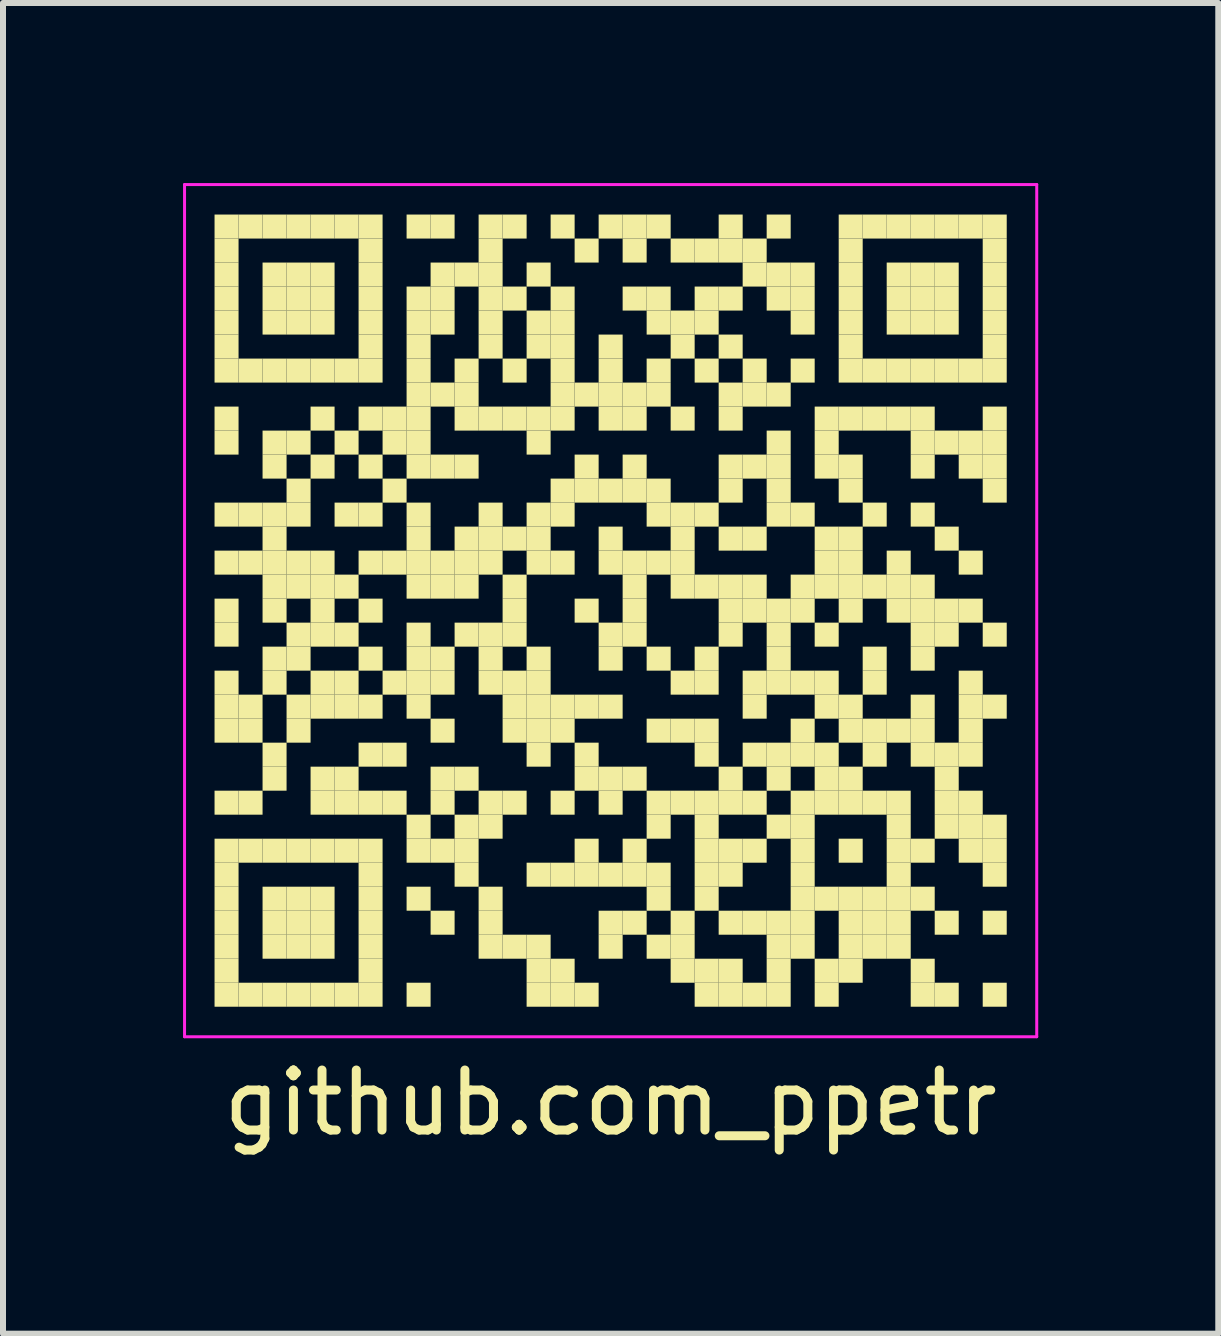
<source format=kicad_pcb>
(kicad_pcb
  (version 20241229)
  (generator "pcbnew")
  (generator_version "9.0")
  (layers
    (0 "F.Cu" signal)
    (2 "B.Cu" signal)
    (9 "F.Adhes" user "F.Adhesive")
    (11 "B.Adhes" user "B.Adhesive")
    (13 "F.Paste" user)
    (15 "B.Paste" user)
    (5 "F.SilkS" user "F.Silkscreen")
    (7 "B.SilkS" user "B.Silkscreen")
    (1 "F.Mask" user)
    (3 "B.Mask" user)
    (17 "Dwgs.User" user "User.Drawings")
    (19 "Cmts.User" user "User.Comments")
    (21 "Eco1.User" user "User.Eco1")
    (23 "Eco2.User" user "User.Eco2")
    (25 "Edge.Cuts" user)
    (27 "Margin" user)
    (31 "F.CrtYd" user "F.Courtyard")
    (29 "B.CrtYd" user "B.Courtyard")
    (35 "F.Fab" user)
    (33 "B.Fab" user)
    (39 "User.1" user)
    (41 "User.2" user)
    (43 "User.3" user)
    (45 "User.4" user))
  (footprint "github.com_ppetr"
    (layer "F.Cu")
    (at 7.125 7.125)
    (property "Reference" "github.com_ppetr" (at 0 8.2 0) (layer "F.SilkS") (effects (font (size 1 1) (thickness 0.15))))
    (attr through_hole)
    (fp_poly (pts (xy -6.2 -6.2) (xy -6.2 -6.6) (xy -6.6 -6.6) (xy -6.6 -6.2)) (stroke (width 0) (type solid)) (fill yes) (layer "F.SilkS"))
    (fp_poly (pts (xy -6.2 -5.8) (xy -6.2 -6.2) (xy -6.6 -6.2) (xy -6.6 -5.8)) (stroke (width 0) (type solid)) (fill yes) (layer "F.SilkS"))
    (fp_poly (pts (xy -6.2 -5.4) (xy -6.2 -5.8) (xy -6.6 -5.8) (xy -6.6 -5.4)) (stroke (width 0) (type solid)) (fill yes) (layer "F.SilkS"))
    (fp_poly (pts (xy -6.2 -5) (xy -6.2 -5.4) (xy -6.6 -5.4) (xy -6.6 -5)) (stroke (width 0) (type solid)) (fill yes) (layer "F.SilkS"))
    (fp_poly (pts (xy -6.2 -4.6) (xy -6.2 -5) (xy -6.6 -5) (xy -6.6 -4.6)) (stroke (width 0) (type solid)) (fill yes) (layer "F.SilkS"))
    (fp_poly (pts (xy -6.2 -4.2) (xy -6.2 -4.6) (xy -6.6 -4.6) (xy -6.6 -4.2)) (stroke (width 0) (type solid)) (fill yes) (layer "F.SilkS"))
    (fp_poly (pts (xy -6.2 -3.8) (xy -6.2 -4.2) (xy -6.6 -4.2) (xy -6.6 -3.8)) (stroke (width 0) (type solid)) (fill yes) (layer "F.SilkS"))
    (fp_poly (pts (xy -6.2 -3) (xy -6.2 -3.4) (xy -6.6 -3.4) (xy -6.6 -3)) (stroke (width 0) (type solid)) (fill yes) (layer "F.SilkS"))
    (fp_poly (pts (xy -6.2 -2.6) (xy -6.2 -3) (xy -6.6 -3) (xy -6.6 -2.6)) (stroke (width 0) (type solid)) (fill yes) (layer "F.SilkS"))
    (fp_poly (pts (xy -6.2 -1.4) (xy -6.2 -1.8) (xy -6.6 -1.8) (xy -6.6 -1.4)) (stroke (width 0) (type solid)) (fill yes) (layer "F.SilkS"))
    (fp_poly (pts (xy -6.2 -0.6) (xy -6.2 -1) (xy -6.6 -1) (xy -6.6 -0.6)) (stroke (width 0) (type solid)) (fill yes) (layer "F.SilkS"))
    (fp_poly (pts (xy -6.2 0.2) (xy -6.2 -0.2) (xy -6.6 -0.2) (xy -6.6 0.2)) (stroke (width 0) (type solid)) (fill yes) (layer "F.SilkS"))
    (fp_poly (pts (xy -6.2 0.6) (xy -6.2 0.2) (xy -6.6 0.2) (xy -6.6 0.6)) (stroke (width 0) (type solid)) (fill yes) (layer "F.SilkS"))
    (fp_poly (pts (xy -6.2 1.4) (xy -6.2 1) (xy -6.6 1) (xy -6.6 1.4)) (stroke (width 0) (type solid)) (fill yes) (layer "F.SilkS"))
    (fp_poly (pts (xy -6.2 1.8) (xy -6.2 1.4) (xy -6.6 1.4) (xy -6.6 1.8)) (stroke (width 0) (type solid)) (fill yes) (layer "F.SilkS"))
    (fp_poly (pts (xy -6.2 2.2) (xy -6.2 1.8) (xy -6.6 1.8) (xy -6.6 2.2)) (stroke (width 0) (type solid)) (fill yes) (layer "F.SilkS"))
    (fp_poly (pts (xy -6.2 3.4) (xy -6.2 3) (xy -6.6 3) (xy -6.6 3.4)) (stroke (width 0) (type solid)) (fill yes) (layer "F.SilkS"))
    (fp_poly (pts (xy -6.2 4.2) (xy -6.2 3.8) (xy -6.6 3.8) (xy -6.6 4.2)) (stroke (width 0) (type solid)) (fill yes) (layer "F.SilkS"))
    (fp_poly (pts (xy -6.2 4.6) (xy -6.2 4.2) (xy -6.6 4.2) (xy -6.6 4.6)) (stroke (width 0) (type solid)) (fill yes) (layer "F.SilkS"))
    (fp_poly (pts (xy -6.2 5) (xy -6.2 4.6) (xy -6.6 4.6) (xy -6.6 5)) (stroke (width 0) (type solid)) (fill yes) (layer "F.SilkS"))
    (fp_poly (pts (xy -6.2 5.4) (xy -6.2 5) (xy -6.6 5) (xy -6.6 5.4)) (stroke (width 0) (type solid)) (fill yes) (layer "F.SilkS"))
    (fp_poly (pts (xy -6.2 5.8) (xy -6.2 5.4) (xy -6.6 5.4) (xy -6.6 5.8)) (stroke (width 0) (type solid)) (fill yes) (layer "F.SilkS"))
    (fp_poly (pts (xy -6.2 6.2) (xy -6.2 5.8) (xy -6.6 5.8) (xy -6.6 6.2)) (stroke (width 0) (type solid)) (fill yes) (layer "F.SilkS"))
    (fp_poly (pts (xy -6.2 6.6) (xy -6.2 6.2) (xy -6.6 6.2) (xy -6.6 6.6)) (stroke (width 0) (type solid)) (fill yes) (layer "F.SilkS"))
    (fp_poly (pts (xy -5.8 -6.2) (xy -5.8 -6.6) (xy -6.2 -6.6) (xy -6.2 -6.2)) (stroke (width 0) (type solid)) (fill yes) (layer "F.SilkS"))
    (fp_poly (pts (xy -5.8 -3.8) (xy -5.8 -4.2) (xy -6.2 -4.2) (xy -6.2 -3.8)) (stroke (width 0) (type solid)) (fill yes) (layer "F.SilkS"))
    (fp_poly (pts (xy -5.8 -1.4) (xy -5.8 -1.8) (xy -6.2 -1.8) (xy -6.2 -1.4)) (stroke (width 0) (type solid)) (fill yes) (layer "F.SilkS"))
    (fp_poly (pts (xy -5.8 -0.6) (xy -5.8 -1) (xy -6.2 -1) (xy -6.2 -0.6)) (stroke (width 0) (type solid)) (fill yes) (layer "F.SilkS"))
    (fp_poly (pts (xy -5.8 1.8) (xy -5.8 1.4) (xy -6.2 1.4) (xy -6.2 1.8)) (stroke (width 0) (type solid)) (fill yes) (layer "F.SilkS"))
    (fp_poly (pts (xy -5.8 2.2) (xy -5.8 1.8) (xy -6.2 1.8) (xy -6.2 2.2)) (stroke (width 0) (type solid)) (fill yes) (layer "F.SilkS"))
    (fp_poly (pts (xy -5.8 3.4) (xy -5.8 3) (xy -6.2 3) (xy -6.2 3.4)) (stroke (width 0) (type solid)) (fill yes) (layer "F.SilkS"))
    (fp_poly (pts (xy -5.8 4.2) (xy -5.8 3.8) (xy -6.2 3.8) (xy -6.2 4.2)) (stroke (width 0) (type solid)) (fill yes) (layer "F.SilkS"))
    (fp_poly (pts (xy -5.8 6.6) (xy -5.8 6.2) (xy -6.2 6.2) (xy -6.2 6.6)) (stroke (width 0) (type solid)) (fill yes) (layer "F.SilkS"))
    (fp_poly (pts (xy -5.4 -6.2) (xy -5.4 -6.6) (xy -5.8 -6.6) (xy -5.8 -6.2)) (stroke (width 0) (type solid)) (fill yes) (layer "F.SilkS"))
    (fp_poly (pts (xy -5.4 -5.4) (xy -5.4 -5.8) (xy -5.8 -5.8) (xy -5.8 -5.4)) (stroke (width 0) (type solid)) (fill yes) (layer "F.SilkS"))
    (fp_poly (pts (xy -5.4 -5) (xy -5.4 -5.4) (xy -5.8 -5.4) (xy -5.8 -5)) (stroke (width 0) (type solid)) (fill yes) (layer "F.SilkS"))
    (fp_poly (pts (xy -5.4 -4.6) (xy -5.4 -5) (xy -5.8 -5) (xy -5.8 -4.6)) (stroke (width 0) (type solid)) (fill yes) (layer "F.SilkS"))
    (fp_poly (pts (xy -5.4 -3.8) (xy -5.4 -4.2) (xy -5.8 -4.2) (xy -5.8 -3.8)) (stroke (width 0) (type solid)) (fill yes) (layer "F.SilkS"))
    (fp_poly (pts (xy -5.4 -2.6) (xy -5.4 -3) (xy -5.8 -3) (xy -5.8 -2.6)) (stroke (width 0) (type solid)) (fill yes) (layer "F.SilkS"))
    (fp_poly (pts (xy -5.4 -2.2) (xy -5.4 -2.6) (xy -5.8 -2.6) (xy -5.8 -2.2)) (stroke (width 0) (type solid)) (fill yes) (layer "F.SilkS"))
    (fp_poly (pts (xy -5.4 -1.4) (xy -5.4 -1.8) (xy -5.8 -1.8) (xy -5.8 -1.4)) (stroke (width 0) (type solid)) (fill yes) (layer "F.SilkS"))
    (fp_poly (pts (xy -5.4 -1) (xy -5.4 -1.4) (xy -5.8 -1.4) (xy -5.8 -1)) (stroke (width 0) (type solid)) (fill yes) (layer "F.SilkS"))
    (fp_poly (pts (xy -5.4 -0.6) (xy -5.4 -1) (xy -5.8 -1) (xy -5.8 -0.6)) (stroke (width 0) (type solid)) (fill yes) (layer "F.SilkS"))
    (fp_poly (pts (xy -5.4 -0.2) (xy -5.4 -0.6) (xy -5.8 -0.6) (xy -5.8 -0.2)) (stroke (width 0) (type solid)) (fill yes) (layer "F.SilkS"))
    (fp_poly (pts (xy -5.4 0.2) (xy -5.4 -0.2) (xy -5.8 -0.2) (xy -5.8 0.2)) (stroke (width 0) (type solid)) (fill yes) (layer "F.SilkS"))
    (fp_poly (pts (xy -5.4 1) (xy -5.4 0.6) (xy -5.8 0.6) (xy -5.8 1)) (stroke (width 0) (type solid)) (fill yes) (layer "F.SilkS"))
    (fp_poly (pts (xy -5.4 1.4) (xy -5.4 1) (xy -5.8 1) (xy -5.8 1.4)) (stroke (width 0) (type solid)) (fill yes) (layer "F.SilkS"))
    (fp_poly (pts (xy -5.4 2.6) (xy -5.4 2.2) (xy -5.8 2.2) (xy -5.8 2.6)) (stroke (width 0) (type solid)) (fill yes) (layer "F.SilkS"))
    (fp_poly (pts (xy -5.4 3) (xy -5.4 2.6) (xy -5.8 2.6) (xy -5.8 3)) (stroke (width 0) (type solid)) (fill yes) (layer "F.SilkS"))
    (fp_poly (pts (xy -5.4 4.2) (xy -5.4 3.8) (xy -5.8 3.8) (xy -5.8 4.2)) (stroke (width 0) (type solid)) (fill yes) (layer "F.SilkS"))
    (fp_poly (pts (xy -5.4 5) (xy -5.4 4.6) (xy -5.8 4.6) (xy -5.8 5)) (stroke (width 0) (type solid)) (fill yes) (layer "F.SilkS"))
    (fp_poly (pts (xy -5.4 5.4) (xy -5.4 5) (xy -5.8 5) (xy -5.8 5.4)) (stroke (width 0) (type solid)) (fill yes) (layer "F.SilkS"))
    (fp_poly (pts (xy -5.4 5.8) (xy -5.4 5.4) (xy -5.8 5.4) (xy -5.8 5.8)) (stroke (width 0) (type solid)) (fill yes) (layer "F.SilkS"))
    (fp_poly (pts (xy -5.4 6.6) (xy -5.4 6.2) (xy -5.8 6.2) (xy -5.8 6.6)) (stroke (width 0) (type solid)) (fill yes) (layer "F.SilkS"))
    (fp_poly (pts (xy -5 -6.2) (xy -5 -6.6) (xy -5.4 -6.6) (xy -5.4 -6.2)) (stroke (width 0) (type solid)) (fill yes) (layer "F.SilkS"))
    (fp_poly (pts (xy -5 -5.4) (xy -5 -5.8) (xy -5.4 -5.8) (xy -5.4 -5.4)) (stroke (width 0) (type solid)) (fill yes) (layer "F.SilkS"))
    (fp_poly (pts (xy -5 -5) (xy -5 -5.4) (xy -5.4 -5.4) (xy -5.4 -5)) (stroke (width 0) (type solid)) (fill yes) (layer "F.SilkS"))
    (fp_poly (pts (xy -5 -4.6) (xy -5 -5) (xy -5.4 -5) (xy -5.4 -4.6)) (stroke (width 0) (type solid)) (fill yes) (layer "F.SilkS"))
    (fp_poly (pts (xy -5 -3.8) (xy -5 -4.2) (xy -5.4 -4.2) (xy -5.4 -3.8)) (stroke (width 0) (type solid)) (fill yes) (layer "F.SilkS"))
    (fp_poly (pts (xy -5 -2.6) (xy -5 -3) (xy -5.4 -3) (xy -5.4 -2.6)) (stroke (width 0) (type solid)) (fill yes) (layer "F.SilkS"))
    (fp_poly (pts (xy -5 -1.8) (xy -5 -2.2) (xy -5.4 -2.2) (xy -5.4 -1.8)) (stroke (width 0) (type solid)) (fill yes) (layer "F.SilkS"))
    (fp_poly (pts (xy -5 -1.4) (xy -5 -1.8) (xy -5.4 -1.8) (xy -5.4 -1.4)) (stroke (width 0) (type solid)) (fill yes) (layer "F.SilkS"))
    (fp_poly (pts (xy -5 -0.6) (xy -5 -1) (xy -5.4 -1) (xy -5.4 -0.6)) (stroke (width 0) (type solid)) (fill yes) (layer "F.SilkS"))
    (fp_poly (pts (xy -5 -0.2) (xy -5 -0.6) (xy -5.4 -0.6) (xy -5.4 -0.2)) (stroke (width 0) (type solid)) (fill yes) (layer "F.SilkS"))
    (fp_poly (pts (xy -5 0.6) (xy -5 0.2) (xy -5.4 0.2) (xy -5.4 0.6)) (stroke (width 0) (type solid)) (fill yes) (layer "F.SilkS"))
    (fp_poly (pts (xy -5 1) (xy -5 0.6) (xy -5.4 0.6) (xy -5.4 1)) (stroke (width 0) (type solid)) (fill yes) (layer "F.SilkS"))
    (fp_poly (pts (xy -5 1.8) (xy -5 1.4) (xy -5.4 1.4) (xy -5.4 1.8)) (stroke (width 0) (type solid)) (fill yes) (layer "F.SilkS"))
    (fp_poly (pts (xy -5 2.2) (xy -5 1.8) (xy -5.4 1.8) (xy -5.4 2.2)) (stroke (width 0) (type solid)) (fill yes) (layer "F.SilkS"))
    (fp_poly (pts (xy -5 4.2) (xy -5 3.8) (xy -5.4 3.8) (xy -5.4 4.2)) (stroke (width 0) (type solid)) (fill yes) (layer "F.SilkS"))
    (fp_poly (pts (xy -5 5) (xy -5 4.6) (xy -5.4 4.6) (xy -5.4 5)) (stroke (width 0) (type solid)) (fill yes) (layer "F.SilkS"))
    (fp_poly (pts (xy -5 5.4) (xy -5 5) (xy -5.4 5) (xy -5.4 5.4)) (stroke (width 0) (type solid)) (fill yes) (layer "F.SilkS"))
    (fp_poly (pts (xy -5 5.8) (xy -5 5.4) (xy -5.4 5.4) (xy -5.4 5.8)) (stroke (width 0) (type solid)) (fill yes) (layer "F.SilkS"))
    (fp_poly (pts (xy -5 6.6) (xy -5 6.2) (xy -5.4 6.2) (xy -5.4 6.6)) (stroke (width 0) (type solid)) (fill yes) (layer "F.SilkS"))
    (fp_poly (pts (xy -4.6 -6.2) (xy -4.6 -6.6) (xy -5 -6.6) (xy -5 -6.2)) (stroke (width 0) (type solid)) (fill yes) (layer "F.SilkS"))
    (fp_poly (pts (xy -4.6 -5.4) (xy -4.6 -5.8) (xy -5 -5.8) (xy -5 -5.4)) (stroke (width 0) (type solid)) (fill yes) (layer "F.SilkS"))
    (fp_poly (pts (xy -4.6 -5) (xy -4.6 -5.4) (xy -5 -5.4) (xy -5 -5)) (stroke (width 0) (type solid)) (fill yes) (layer "F.SilkS"))
    (fp_poly (pts (xy -4.6 -4.6) (xy -4.6 -5) (xy -5 -5) (xy -5 -4.6)) (stroke (width 0) (type solid)) (fill yes) (layer "F.SilkS"))
    (fp_poly (pts (xy -4.6 -3.8) (xy -4.6 -4.2) (xy -5 -4.2) (xy -5 -3.8)) (stroke (width 0) (type solid)) (fill yes) (layer "F.SilkS"))
    (fp_poly (pts (xy -4.6 -3) (xy -4.6 -3.4) (xy -5 -3.4) (xy -5 -3)) (stroke (width 0) (type solid)) (fill yes) (layer "F.SilkS"))
    (fp_poly (pts (xy -4.6 -2.2) (xy -4.6 -2.6) (xy -5 -2.6) (xy -5 -2.2)) (stroke (width 0) (type solid)) (fill yes) (layer "F.SilkS"))
    (fp_poly (pts (xy -4.6 -0.6) (xy -4.6 -1) (xy -5 -1) (xy -5 -0.6)) (stroke (width 0) (type solid)) (fill yes) (layer "F.SilkS"))
    (fp_poly (pts (xy -4.6 -0.2) (xy -4.6 -0.6) (xy -5 -0.6) (xy -5 -0.2)) (stroke (width 0) (type solid)) (fill yes) (layer "F.SilkS"))
    (fp_poly (pts (xy -4.6 0.2) (xy -4.6 -0.2) (xy -5 -0.2) (xy -5 0.2)) (stroke (width 0) (type solid)) (fill yes) (layer "F.SilkS"))
    (fp_poly (pts (xy -4.6 0.6) (xy -4.6 0.2) (xy -5 0.2) (xy -5 0.6)) (stroke (width 0) (type solid)) (fill yes) (layer "F.SilkS"))
    (fp_poly (pts (xy -4.6 1.4) (xy -4.6 1) (xy -5 1) (xy -5 1.4)) (stroke (width 0) (type solid)) (fill yes) (layer "F.SilkS"))
    (fp_poly (pts (xy -4.6 1.8) (xy -4.6 1.4) (xy -5 1.4) (xy -5 1.8)) (stroke (width 0) (type solid)) (fill yes) (layer "F.SilkS"))
    (fp_poly (pts (xy -4.6 3) (xy -4.6 2.6) (xy -5 2.6) (xy -5 3)) (stroke (width 0) (type solid)) (fill yes) (layer "F.SilkS"))
    (fp_poly (pts (xy -4.6 3.4) (xy -4.6 3) (xy -5 3) (xy -5 3.4)) (stroke (width 0) (type solid)) (fill yes) (layer "F.SilkS"))
    (fp_poly (pts (xy -4.6 4.2) (xy -4.6 3.8) (xy -5 3.8) (xy -5 4.2)) (stroke (width 0) (type solid)) (fill yes) (layer "F.SilkS"))
    (fp_poly (pts (xy -4.6 5) (xy -4.6 4.6) (xy -5 4.6) (xy -5 5)) (stroke (width 0) (type solid)) (fill yes) (layer "F.SilkS"))
    (fp_poly (pts (xy -4.6 5.4) (xy -4.6 5) (xy -5 5) (xy -5 5.4)) (stroke (width 0) (type solid)) (fill yes) (layer "F.SilkS"))
    (fp_poly (pts (xy -4.6 5.8) (xy -4.6 5.4) (xy -5 5.4) (xy -5 5.8)) (stroke (width 0) (type solid)) (fill yes) (layer "F.SilkS"))
    (fp_poly (pts (xy -4.6 6.6) (xy -4.6 6.2) (xy -5 6.2) (xy -5 6.6)) (stroke (width 0) (type solid)) (fill yes) (layer "F.SilkS"))
    (fp_poly (pts (xy -4.2 -6.2) (xy -4.2 -6.6) (xy -4.6 -6.6) (xy -4.6 -6.2)) (stroke (width 0) (type solid)) (fill yes) (layer "F.SilkS"))
    (fp_poly (pts (xy -4.2 -3.8) (xy -4.2 -4.2) (xy -4.6 -4.2) (xy -4.6 -3.8)) (stroke (width 0) (type solid)) (fill yes) (layer "F.SilkS"))
    (fp_poly (pts (xy -4.2 -2.6) (xy -4.2 -3) (xy -4.6 -3) (xy -4.6 -2.6)) (stroke (width 0) (type solid)) (fill yes) (layer "F.SilkS"))
    (fp_poly (pts (xy -4.2 -1.4) (xy -4.2 -1.8) (xy -4.6 -1.8) (xy -4.6 -1.4)) (stroke (width 0) (type solid)) (fill yes) (layer "F.SilkS"))
    (fp_poly (pts (xy -4.2 -0.2) (xy -4.2 -0.6) (xy -4.6 -0.6) (xy -4.6 -0.2)) (stroke (width 0) (type solid)) (fill yes) (layer "F.SilkS"))
    (fp_poly (pts (xy -4.2 0.6) (xy -4.2 0.2) (xy -4.6 0.2) (xy -4.6 0.6)) (stroke (width 0) (type solid)) (fill yes) (layer "F.SilkS"))
    (fp_poly (pts (xy -4.2 1.4) (xy -4.2 1) (xy -4.6 1) (xy -4.6 1.4)) (stroke (width 0) (type solid)) (fill yes) (layer "F.SilkS"))
    (fp_poly (pts (xy -4.2 1.8) (xy -4.2 1.4) (xy -4.6 1.4) (xy -4.6 1.8)) (stroke (width 0) (type solid)) (fill yes) (layer "F.SilkS"))
    (fp_poly (pts (xy -4.2 3) (xy -4.2 2.6) (xy -4.6 2.6) (xy -4.6 3)) (stroke (width 0) (type solid)) (fill yes) (layer "F.SilkS"))
    (fp_poly (pts (xy -4.2 3.4) (xy -4.2 3) (xy -4.6 3) (xy -4.6 3.4)) (stroke (width 0) (type solid)) (fill yes) (layer "F.SilkS"))
    (fp_poly (pts (xy -4.2 4.2) (xy -4.2 3.8) (xy -4.6 3.8) (xy -4.6 4.2)) (stroke (width 0) (type solid)) (fill yes) (layer "F.SilkS"))
    (fp_poly (pts (xy -4.2 6.6) (xy -4.2 6.2) (xy -4.6 6.2) (xy -4.6 6.6)) (stroke (width 0) (type solid)) (fill yes) (layer "F.SilkS"))
    (fp_poly (pts (xy -3.8 -6.2) (xy -3.8 -6.6) (xy -4.2 -6.6) (xy -4.2 -6.2)) (stroke (width 0) (type solid)) (fill yes) (layer "F.SilkS"))
    (fp_poly (pts (xy -3.8 -5.8) (xy -3.8 -6.2) (xy -4.2 -6.2) (xy -4.2 -5.8)) (stroke (width 0) (type solid)) (fill yes) (layer "F.SilkS"))
    (fp_poly (pts (xy -3.8 -5.4) (xy -3.8 -5.8) (xy -4.2 -5.8) (xy -4.2 -5.4)) (stroke (width 0) (type solid)) (fill yes) (layer "F.SilkS"))
    (fp_poly (pts (xy -3.8 -5) (xy -3.8 -5.4) (xy -4.2 -5.4) (xy -4.2 -5)) (stroke (width 0) (type solid)) (fill yes) (layer "F.SilkS"))
    (fp_poly (pts (xy -3.8 -4.6) (xy -3.8 -5) (xy -4.2 -5) (xy -4.2 -4.6)) (stroke (width 0) (type solid)) (fill yes) (layer "F.SilkS"))
    (fp_poly (pts (xy -3.8 -4.2) (xy -3.8 -4.6) (xy -4.2 -4.6) (xy -4.2 -4.2)) (stroke (width 0) (type solid)) (fill yes) (layer "F.SilkS"))
    (fp_poly (pts (xy -3.8 -3.8) (xy -3.8 -4.2) (xy -4.2 -4.2) (xy -4.2 -3.8)) (stroke (width 0) (type solid)) (fill yes) (layer "F.SilkS"))
    (fp_poly (pts (xy -3.8 -3) (xy -3.8 -3.4) (xy -4.2 -3.4) (xy -4.2 -3)) (stroke (width 0) (type solid)) (fill yes) (layer "F.SilkS"))
    (fp_poly (pts (xy -3.8 -2.2) (xy -3.8 -2.6) (xy -4.2 -2.6) (xy -4.2 -2.2)) (stroke (width 0) (type solid)) (fill yes) (layer "F.SilkS"))
    (fp_poly (pts (xy -3.8 -1.4) (xy -3.8 -1.8) (xy -4.2 -1.8) (xy -4.2 -1.4)) (stroke (width 0) (type solid)) (fill yes) (layer "F.SilkS"))
    (fp_poly (pts (xy -3.8 -0.6) (xy -3.8 -1) (xy -4.2 -1) (xy -4.2 -0.6)) (stroke (width 0) (type solid)) (fill yes) (layer "F.SilkS"))
    (fp_poly (pts (xy -3.8 0.2) (xy -3.8 -0.2) (xy -4.2 -0.2) (xy -4.2 0.2)) (stroke (width 0) (type solid)) (fill yes) (layer "F.SilkS"))
    (fp_poly (pts (xy -3.8 1) (xy -3.8 0.6) (xy -4.2 0.6) (xy -4.2 1)) (stroke (width 0) (type solid)) (fill yes) (layer "F.SilkS"))
    (fp_poly (pts (xy -3.8 1.8) (xy -3.8 1.4) (xy -4.2 1.4) (xy -4.2 1.8)) (stroke (width 0) (type solid)) (fill yes) (layer "F.SilkS"))
    (fp_poly (pts (xy -3.8 2.6) (xy -3.8 2.2) (xy -4.2 2.2) (xy -4.2 2.6)) (stroke (width 0) (type solid)) (fill yes) (layer "F.SilkS"))
    (fp_poly (pts (xy -3.8 3.4) (xy -3.8 3) (xy -4.2 3) (xy -4.2 3.4)) (stroke (width 0) (type solid)) (fill yes) (layer "F.SilkS"))
    (fp_poly (pts (xy -3.8 4.2) (xy -3.8 3.8) (xy -4.2 3.8) (xy -4.2 4.2)) (stroke (width 0) (type solid)) (fill yes) (layer "F.SilkS"))
    (fp_poly (pts (xy -3.8 4.6) (xy -3.8 4.2) (xy -4.2 4.2) (xy -4.2 4.6)) (stroke (width 0) (type solid)) (fill yes) (layer "F.SilkS"))
    (fp_poly (pts (xy -3.8 5) (xy -3.8 4.6) (xy -4.2 4.6) (xy -4.2 5)) (stroke (width 0) (type solid)) (fill yes) (layer "F.SilkS"))
    (fp_poly (pts (xy -3.8 5.4) (xy -3.8 5) (xy -4.2 5) (xy -4.2 5.4)) (stroke (width 0) (type solid)) (fill yes) (layer "F.SilkS"))
    (fp_poly (pts (xy -3.8 5.8) (xy -3.8 5.4) (xy -4.2 5.4) (xy -4.2 5.8)) (stroke (width 0) (type solid)) (fill yes) (layer "F.SilkS"))
    (fp_poly (pts (xy -3.8 6.2) (xy -3.8 5.8) (xy -4.2 5.8) (xy -4.2 6.2)) (stroke (width 0) (type solid)) (fill yes) (layer "F.SilkS"))
    (fp_poly (pts (xy -3.8 6.6) (xy -3.8 6.2) (xy -4.2 6.2) (xy -4.2 6.6)) (stroke (width 0) (type solid)) (fill yes) (layer "F.SilkS"))
    (fp_poly (pts (xy -3.4 -3) (xy -3.4 -3.4) (xy -3.8 -3.4) (xy -3.8 -3)) (stroke (width 0) (type solid)) (fill yes) (layer "F.SilkS"))
    (fp_poly (pts (xy -3.4 -2.6) (xy -3.4 -3) (xy -3.8 -3) (xy -3.8 -2.6)) (stroke (width 0) (type solid)) (fill yes) (layer "F.SilkS"))
    (fp_poly (pts (xy -3.4 -1.8) (xy -3.4 -2.2) (xy -3.8 -2.2) (xy -3.8 -1.8)) (stroke (width 0) (type solid)) (fill yes) (layer "F.SilkS"))
    (fp_poly (pts (xy -3.4 -0.6) (xy -3.4 -1) (xy -3.8 -1) (xy -3.8 -0.6)) (stroke (width 0) (type solid)) (fill yes) (layer "F.SilkS"))
    (fp_poly (pts (xy -3.4 1.4) (xy -3.4 1) (xy -3.8 1) (xy -3.8 1.4)) (stroke (width 0) (type solid)) (fill yes) (layer "F.SilkS"))
    (fp_poly (pts (xy -3.4 2.6) (xy -3.4 2.2) (xy -3.8 2.2) (xy -3.8 2.6)) (stroke (width 0) (type solid)) (fill yes) (layer "F.SilkS"))
    (fp_poly (pts (xy -3.4 3.4) (xy -3.4 3) (xy -3.8 3) (xy -3.8 3.4)) (stroke (width 0) (type solid)) (fill yes) (layer "F.SilkS"))
    (fp_poly (pts (xy -3 -6.2) (xy -3 -6.6) (xy -3.4 -6.6) (xy -3.4 -6.2)) (stroke (width 0) (type solid)) (fill yes) (layer "F.SilkS"))
    (fp_poly (pts (xy -3 -5) (xy -3 -5.4) (xy -3.4 -5.4) (xy -3.4 -5)) (stroke (width 0) (type solid)) (fill yes) (layer "F.SilkS"))
    (fp_poly (pts (xy -3 -4.6) (xy -3 -5) (xy -3.4 -5) (xy -3.4 -4.6)) (stroke (width 0) (type solid)) (fill yes) (layer "F.SilkS"))
    (fp_poly (pts (xy -3 -4.2) (xy -3 -4.6) (xy -3.4 -4.6) (xy -3.4 -4.2)) (stroke (width 0) (type solid)) (fill yes) (layer "F.SilkS"))
    (fp_poly (pts (xy -3 -3.8) (xy -3 -4.2) (xy -3.4 -4.2) (xy -3.4 -3.8)) (stroke (width 0) (type solid)) (fill yes) (layer "F.SilkS"))
    (fp_poly (pts (xy -3 -3.4) (xy -3 -3.8) (xy -3.4 -3.8) (xy -3.4 -3.4)) (stroke (width 0) (type solid)) (fill yes) (layer "F.SilkS"))
    (fp_poly (pts (xy -3 -3) (xy -3 -3.4) (xy -3.4 -3.4) (xy -3.4 -3)) (stroke (width 0) (type solid)) (fill yes) (layer "F.SilkS"))
    (fp_poly (pts (xy -3 -2.6) (xy -3 -3) (xy -3.4 -3) (xy -3.4 -2.6)) (stroke (width 0) (type solid)) (fill yes) (layer "F.SilkS"))
    (fp_poly (pts (xy -3 -2.2) (xy -3 -2.6) (xy -3.4 -2.6) (xy -3.4 -2.2)) (stroke (width 0) (type solid)) (fill yes) (layer "F.SilkS"))
    (fp_poly (pts (xy -3 -1.4) (xy -3 -1.8) (xy -3.4 -1.8) (xy -3.4 -1.4)) (stroke (width 0) (type solid)) (fill yes) (layer "F.SilkS"))
    (fp_poly (pts (xy -3 -1) (xy -3 -1.4) (xy -3.4 -1.4) (xy -3.4 -1)) (stroke (width 0) (type solid)) (fill yes) (layer "F.SilkS"))
    (fp_poly (pts (xy -3 -0.6) (xy -3 -1) (xy -3.4 -1) (xy -3.4 -0.6)) (stroke (width 0) (type solid)) (fill yes) (layer "F.SilkS"))
    (fp_poly (pts (xy -3 -0.2) (xy -3 -0.6) (xy -3.4 -0.6) (xy -3.4 -0.2)) (stroke (width 0) (type solid)) (fill yes) (layer "F.SilkS"))
    (fp_poly (pts (xy -3 0.6) (xy -3 0.2) (xy -3.4 0.2) (xy -3.4 0.6)) (stroke (width 0) (type solid)) (fill yes) (layer "F.SilkS"))
    (fp_poly (pts (xy -3 1) (xy -3 0.6) (xy -3.4 0.6) (xy -3.4 1)) (stroke (width 0) (type solid)) (fill yes) (layer "F.SilkS"))
    (fp_poly (pts (xy -3 1.4) (xy -3 1) (xy -3.4 1) (xy -3.4 1.4)) (stroke (width 0) (type solid)) (fill yes) (layer "F.SilkS"))
    (fp_poly (pts (xy -3 1.8) (xy -3 1.4) (xy -3.4 1.4) (xy -3.4 1.8)) (stroke (width 0) (type solid)) (fill yes) (layer "F.SilkS"))
    (fp_poly (pts (xy -3 3.8) (xy -3 3.4) (xy -3.4 3.4) (xy -3.4 3.8)) (stroke (width 0) (type solid)) (fill yes) (layer "F.SilkS"))
    (fp_poly (pts (xy -3 4.2) (xy -3 3.8) (xy -3.4 3.8) (xy -3.4 4.2)) (stroke (width 0) (type solid)) (fill yes) (layer "F.SilkS"))
    (fp_poly (pts (xy -3 5) (xy -3 4.6) (xy -3.4 4.6) (xy -3.4 5)) (stroke (width 0) (type solid)) (fill yes) (layer "F.SilkS"))
    (fp_poly (pts (xy -3 6.6) (xy -3 6.2) (xy -3.4 6.2) (xy -3.4 6.6)) (stroke (width 0) (type solid)) (fill yes) (layer "F.SilkS"))
    (fp_poly (pts (xy -2.6 -6.2) (xy -2.6 -6.6) (xy -3 -6.6) (xy -3 -6.2)) (stroke (width 0) (type solid)) (fill yes) (layer "F.SilkS"))
    (fp_poly (pts (xy -2.6 -5.4) (xy -2.6 -5.8) (xy -3 -5.8) (xy -3 -5.4)) (stroke (width 0) (type solid)) (fill yes) (layer "F.SilkS"))
    (fp_poly (pts (xy -2.6 -5) (xy -2.6 -5.4) (xy -3 -5.4) (xy -3 -5)) (stroke (width 0) (type solid)) (fill yes) (layer "F.SilkS"))
    (fp_poly (pts (xy -2.6 -4.6) (xy -2.6 -5) (xy -3 -5) (xy -3 -4.6)) (stroke (width 0) (type solid)) (fill yes) (layer "F.SilkS"))
    (fp_poly (pts (xy -2.6 -3.4) (xy -2.6 -3.8) (xy -3 -3.8) (xy -3 -3.4)) (stroke (width 0) (type solid)) (fill yes) (layer "F.SilkS"))
    (fp_poly (pts (xy -2.6 -2.2) (xy -2.6 -2.6) (xy -3 -2.6) (xy -3 -2.2)) (stroke (width 0) (type solid)) (fill yes) (layer "F.SilkS"))
    (fp_poly (pts (xy -2.6 -0.6) (xy -2.6 -1) (xy -3 -1) (xy -3 -0.6)) (stroke (width 0) (type solid)) (fill yes) (layer "F.SilkS"))
    (fp_poly (pts (xy -2.6 -0.2) (xy -2.6 -0.6) (xy -3 -0.6) (xy -3 -0.2)) (stroke (width 0) (type solid)) (fill yes) (layer "F.SilkS"))
    (fp_poly (pts (xy -2.6 1) (xy -2.6 0.6) (xy -3 0.6) (xy -3 1)) (stroke (width 0) (type solid)) (fill yes) (layer "F.SilkS"))
    (fp_poly (pts (xy -2.6 1.4) (xy -2.6 1) (xy -3 1) (xy -3 1.4)) (stroke (width 0) (type solid)) (fill yes) (layer "F.SilkS"))
    (fp_poly (pts (xy -2.6 2.2) (xy -2.6 1.8) (xy -3 1.8) (xy -3 2.2)) (stroke (width 0) (type solid)) (fill yes) (layer "F.SilkS"))
    (fp_poly (pts (xy -2.6 3) (xy -2.6 2.6) (xy -3 2.6) (xy -3 3)) (stroke (width 0) (type solid)) (fill yes) (layer "F.SilkS"))
    (fp_poly (pts (xy -2.6 3.4) (xy -2.6 3) (xy -3 3) (xy -3 3.4)) (stroke (width 0) (type solid)) (fill yes) (layer "F.SilkS"))
    (fp_poly (pts (xy -2.6 4.2) (xy -2.6 3.8) (xy -3 3.8) (xy -3 4.2)) (stroke (width 0) (type solid)) (fill yes) (layer "F.SilkS"))
    (fp_poly (pts (xy -2.6 5.4) (xy -2.6 5) (xy -3 5) (xy -3 5.4)) (stroke (width 0) (type solid)) (fill yes) (layer "F.SilkS"))
    (fp_poly (pts (xy -2.2 -5.4) (xy -2.2 -5.8) (xy -2.6 -5.8) (xy -2.6 -5.4)) (stroke (width 0) (type solid)) (fill yes) (layer "F.SilkS"))
    (fp_poly (pts (xy -2.2 -3.8) (xy -2.2 -4.2) (xy -2.6 -4.2) (xy -2.6 -3.8)) (stroke (width 0) (type solid)) (fill yes) (layer "F.SilkS"))
    (fp_poly (pts (xy -2.2 -3.4) (xy -2.2 -3.8) (xy -2.6 -3.8) (xy -2.6 -3.4)) (stroke (width 0) (type solid)) (fill yes) (layer "F.SilkS"))
    (fp_poly (pts (xy -2.2 -3) (xy -2.2 -3.4) (xy -2.6 -3.4) (xy -2.6 -3)) (stroke (width 0) (type solid)) (fill yes) (layer "F.SilkS"))
    (fp_poly (pts (xy -2.2 -2.2) (xy -2.2 -2.6) (xy -2.6 -2.6) (xy -2.6 -2.2)) (stroke (width 0) (type solid)) (fill yes) (layer "F.SilkS"))
    (fp_poly (pts (xy -2.2 -1) (xy -2.2 -1.4) (xy -2.6 -1.4) (xy -2.6 -1)) (stroke (width 0) (type solid)) (fill yes) (layer "F.SilkS"))
    (fp_poly (pts (xy -2.2 -0.6) (xy -2.2 -1) (xy -2.6 -1) (xy -2.6 -0.6)) (stroke (width 0) (type solid)) (fill yes) (layer "F.SilkS"))
    (fp_poly (pts (xy -2.2 -0.2) (xy -2.2 -0.6) (xy -2.6 -0.6) (xy -2.6 -0.2)) (stroke (width 0) (type solid)) (fill yes) (layer "F.SilkS"))
    (fp_poly (pts (xy -2.2 0.6) (xy -2.2 0.2) (xy -2.6 0.2) (xy -2.6 0.6)) (stroke (width 0) (type solid)) (fill yes) (layer "F.SilkS"))
    (fp_poly (pts (xy -2.2 3) (xy -2.2 2.6) (xy -2.6 2.6) (xy -2.6 3)) (stroke (width 0) (type solid)) (fill yes) (layer "F.SilkS"))
    (fp_poly (pts (xy -2.2 3.8) (xy -2.2 3.4) (xy -2.6 3.4) (xy -2.6 3.8)) (stroke (width 0) (type solid)) (fill yes) (layer "F.SilkS"))
    (fp_poly (pts (xy -2.2 4.2) (xy -2.2 3.8) (xy -2.6 3.8) (xy -2.6 4.2)) (stroke (width 0) (type solid)) (fill yes) (layer "F.SilkS"))
    (fp_poly (pts (xy -2.2 4.6) (xy -2.2 4.2) (xy -2.6 4.2) (xy -2.6 4.6)) (stroke (width 0) (type solid)) (fill yes) (layer "F.SilkS"))
    (fp_poly (pts (xy -1.8 -6.2) (xy -1.8 -6.6) (xy -2.2 -6.6) (xy -2.2 -6.2)) (stroke (width 0) (type solid)) (fill yes) (layer "F.SilkS"))
    (fp_poly (pts (xy -1.8 -5.8) (xy -1.8 -6.2) (xy -2.2 -6.2) (xy -2.2 -5.8)) (stroke (width 0) (type solid)) (fill yes) (layer "F.SilkS"))
    (fp_poly (pts (xy -1.8 -5.4) (xy -1.8 -5.8) (xy -2.2 -5.8) (xy -2.2 -5.4)) (stroke (width 0) (type solid)) (fill yes) (layer "F.SilkS"))
    (fp_poly (pts (xy -1.8 -5) (xy -1.8 -5.4) (xy -2.2 -5.4) (xy -2.2 -5)) (stroke (width 0) (type solid)) (fill yes) (layer "F.SilkS"))
    (fp_poly (pts (xy -1.8 -4.6) (xy -1.8 -5) (xy -2.2 -5) (xy -2.2 -4.6)) (stroke (width 0) (type solid)) (fill yes) (layer "F.SilkS"))
    (fp_poly (pts (xy -1.8 -4.2) (xy -1.8 -4.6) (xy -2.2 -4.6) (xy -2.2 -4.2)) (stroke (width 0) (type solid)) (fill yes) (layer "F.SilkS"))
    (fp_poly (pts (xy -1.8 -3) (xy -1.8 -3.4) (xy -2.2 -3.4) (xy -2.2 -3)) (stroke (width 0) (type solid)) (fill yes) (layer "F.SilkS"))
    (fp_poly (pts (xy -1.8 -1.4) (xy -1.8 -1.8) (xy -2.2 -1.8) (xy -2.2 -1.4)) (stroke (width 0) (type solid)) (fill yes) (layer "F.SilkS"))
    (fp_poly (pts (xy -1.8 -1) (xy -1.8 -1.4) (xy -2.2 -1.4) (xy -2.2 -1)) (stroke (width 0) (type solid)) (fill yes) (layer "F.SilkS"))
    (fp_poly (pts (xy -1.8 -0.6) (xy -1.8 -1) (xy -2.2 -1) (xy -2.2 -0.6)) (stroke (width 0) (type solid)) (fill yes) (layer "F.SilkS"))
    (fp_poly (pts (xy -1.8 0.6) (xy -1.8 0.2) (xy -2.2 0.2) (xy -2.2 0.6)) (stroke (width 0) (type solid)) (fill yes) (layer "F.SilkS"))
    (fp_poly (pts (xy -1.8 1) (xy -1.8 0.6) (xy -2.2 0.6) (xy -2.2 1)) (stroke (width 0) (type solid)) (fill yes) (layer "F.SilkS"))
    (fp_poly (pts (xy -1.8 1.4) (xy -1.8 1) (xy -2.2 1) (xy -2.2 1.4)) (stroke (width 0) (type solid)) (fill yes) (layer "F.SilkS"))
    (fp_poly (pts (xy -1.8 3.4) (xy -1.8 3) (xy -2.2 3) (xy -2.2 3.4)) (stroke (width 0) (type solid)) (fill yes) (layer "F.SilkS"))
    (fp_poly (pts (xy -1.8 3.8) (xy -1.8 3.4) (xy -2.2 3.4) (xy -2.2 3.8)) (stroke (width 0) (type solid)) (fill yes) (layer "F.SilkS"))
    (fp_poly (pts (xy -1.8 5) (xy -1.8 4.6) (xy -2.2 4.6) (xy -2.2 5)) (stroke (width 0) (type solid)) (fill yes) (layer "F.SilkS"))
    (fp_poly (pts (xy -1.8 5.4) (xy -1.8 5) (xy -2.2 5) (xy -2.2 5.4)) (stroke (width 0) (type solid)) (fill yes) (layer "F.SilkS"))
    (fp_poly (pts (xy -1.8 5.8) (xy -1.8 5.4) (xy -2.2 5.4) (xy -2.2 5.8)) (stroke (width 0) (type solid)) (fill yes) (layer "F.SilkS"))
    (fp_poly (pts (xy -1.4 -6.2) (xy -1.4 -6.6) (xy -1.8 -6.6) (xy -1.8 -6.2)) (stroke (width 0) (type solid)) (fill yes) (layer "F.SilkS"))
    (fp_poly (pts (xy -1.4 -5) (xy -1.4 -5.4) (xy -1.8 -5.4) (xy -1.8 -5)) (stroke (width 0) (type solid)) (fill yes) (layer "F.SilkS"))
    (fp_poly (pts (xy -1.4 -3.8) (xy -1.4 -4.2) (xy -1.8 -4.2) (xy -1.8 -3.8)) (stroke (width 0) (type solid)) (fill yes) (layer "F.SilkS"))
    (fp_poly (pts (xy -1.4 -3) (xy -1.4 -3.4) (xy -1.8 -3.4) (xy -1.8 -3)) (stroke (width 0) (type solid)) (fill yes) (layer "F.SilkS"))
    (fp_poly (pts (xy -1.4 -1) (xy -1.4 -1.4) (xy -1.8 -1.4) (xy -1.8 -1)) (stroke (width 0) (type solid)) (fill yes) (layer "F.SilkS"))
    (fp_poly (pts (xy -1.4 -0.2) (xy -1.4 -0.6) (xy -1.8 -0.6) (xy -1.8 -0.2)) (stroke (width 0) (type solid)) (fill yes) (layer "F.SilkS"))
    (fp_poly (pts (xy -1.4 0.2) (xy -1.4 -0.2) (xy -1.8 -0.2) (xy -1.8 0.2)) (stroke (width 0) (type solid)) (fill yes) (layer "F.SilkS"))
    (fp_poly (pts (xy -1.4 0.6) (xy -1.4 0.2) (xy -1.8 0.2) (xy -1.8 0.6)) (stroke (width 0) (type solid)) (fill yes) (layer "F.SilkS"))
    (fp_poly (pts (xy -1.4 1.4) (xy -1.4 1) (xy -1.8 1) (xy -1.8 1.4)) (stroke (width 0) (type solid)) (fill yes) (layer "F.SilkS"))
    (fp_poly (pts (xy -1.4 1.8) (xy -1.4 1.4) (xy -1.8 1.4) (xy -1.8 1.8)) (stroke (width 0) (type solid)) (fill yes) (layer "F.SilkS"))
    (fp_poly (pts (xy -1.4 2.2) (xy -1.4 1.8) (xy -1.8 1.8) (xy -1.8 2.2)) (stroke (width 0) (type solid)) (fill yes) (layer "F.SilkS"))
    (fp_poly (pts (xy -1.4 3.4) (xy -1.4 3) (xy -1.8 3) (xy -1.8 3.4)) (stroke (width 0) (type solid)) (fill yes) (layer "F.SilkS"))
    (fp_poly (pts (xy -1.4 5.8) (xy -1.4 5.4) (xy -1.8 5.4) (xy -1.8 5.8)) (stroke (width 0) (type solid)) (fill yes) (layer "F.SilkS"))
    (fp_poly (pts (xy -1 -5.4) (xy -1 -5.8) (xy -1.4 -5.8) (xy -1.4 -5.4)) (stroke (width 0) (type solid)) (fill yes) (layer "F.SilkS"))
    (fp_poly (pts (xy -1 -4.6) (xy -1 -5) (xy -1.4 -5) (xy -1.4 -4.6)) (stroke (width 0) (type solid)) (fill yes) (layer "F.SilkS"))
    (fp_poly (pts (xy -1 -4.2) (xy -1 -4.6) (xy -1.4 -4.6) (xy -1.4 -4.2)) (stroke (width 0) (type solid)) (fill yes) (layer "F.SilkS"))
    (fp_poly (pts (xy -1 -3) (xy -1 -3.4) (xy -1.4 -3.4) (xy -1.4 -3)) (stroke (width 0) (type solid)) (fill yes) (layer "F.SilkS"))
    (fp_poly (pts (xy -1 -2.6) (xy -1 -3) (xy -1.4 -3) (xy -1.4 -2.6)) (stroke (width 0) (type solid)) (fill yes) (layer "F.SilkS"))
    (fp_poly (pts (xy -1 -1.4) (xy -1 -1.8) (xy -1.4 -1.8) (xy -1.4 -1.4)) (stroke (width 0) (type solid)) (fill yes) (layer "F.SilkS"))
    (fp_poly (pts (xy -1 -1) (xy -1 -1.4) (xy -1.4 -1.4) (xy -1.4 -1)) (stroke (width 0) (type solid)) (fill yes) (layer "F.SilkS"))
    (fp_poly (pts (xy -1 -0.6) (xy -1 -1) (xy -1.4 -1) (xy -1.4 -0.6)) (stroke (width 0) (type solid)) (fill yes) (layer "F.SilkS"))
    (fp_poly (pts (xy -1 1) (xy -1 0.6) (xy -1.4 0.6) (xy -1.4 1)) (stroke (width 0) (type solid)) (fill yes) (layer "F.SilkS"))
    (fp_poly (pts (xy -1 1.4) (xy -1 1) (xy -1.4 1) (xy -1.4 1.4)) (stroke (width 0) (type solid)) (fill yes) (layer "F.SilkS"))
    (fp_poly (pts (xy -1 1.8) (xy -1 1.4) (xy -1.4 1.4) (xy -1.4 1.8)) (stroke (width 0) (type solid)) (fill yes) (layer "F.SilkS"))
    (fp_poly (pts (xy -1 2.2) (xy -1 1.8) (xy -1.4 1.8) (xy -1.4 2.2)) (stroke (width 0) (type solid)) (fill yes) (layer "F.SilkS"))
    (fp_poly (pts (xy -1 2.6) (xy -1 2.2) (xy -1.4 2.2) (xy -1.4 2.6)) (stroke (width 0) (type solid)) (fill yes) (layer "F.SilkS"))
    (fp_poly (pts (xy -1 4.6) (xy -1 4.2) (xy -1.4 4.2) (xy -1.4 4.6)) (stroke (width 0) (type solid)) (fill yes) (layer "F.SilkS"))
    (fp_poly (pts (xy -1 5.8) (xy -1 5.4) (xy -1.4 5.4) (xy -1.4 5.8)) (stroke (width 0) (type solid)) (fill yes) (layer "F.SilkS"))
    (fp_poly (pts (xy -1 6.2) (xy -1 5.8) (xy -1.4 5.8) (xy -1.4 6.2)) (stroke (width 0) (type solid)) (fill yes) (layer "F.SilkS"))
    (fp_poly (pts (xy -1 6.6) (xy -1 6.2) (xy -1.4 6.2) (xy -1.4 6.6)) (stroke (width 0) (type solid)) (fill yes) (layer "F.SilkS"))
    (fp_poly (pts (xy -0.6 -6.2) (xy -0.6 -6.6) (xy -1 -6.6) (xy -1 -6.2)) (stroke (width 0) (type solid)) (fill yes) (layer "F.SilkS"))
    (fp_poly (pts (xy -0.6 -5) (xy -0.6 -5.4) (xy -1 -5.4) (xy -1 -5)) (stroke (width 0) (type solid)) (fill yes) (layer "F.SilkS"))
    (fp_poly (pts (xy -0.6 -4.6) (xy -0.6 -5) (xy -1 -5) (xy -1 -4.6)) (stroke (width 0) (type solid)) (fill yes) (layer "F.SilkS"))
    (fp_poly (pts (xy -0.6 -4.2) (xy -0.6 -4.6) (xy -1 -4.6) (xy -1 -4.2)) (stroke (width 0) (type solid)) (fill yes) (layer "F.SilkS"))
    (fp_poly (pts (xy -0.6 -3.8) (xy -0.6 -4.2) (xy -1 -4.2) (xy -1 -3.8)) (stroke (width 0) (type solid)) (fill yes) (layer "F.SilkS"))
    (fp_poly (pts (xy -0.6 -3.4) (xy -0.6 -3.8) (xy -1 -3.8) (xy -1 -3.4)) (stroke (width 0) (type solid)) (fill yes) (layer "F.SilkS"))
    (fp_poly (pts (xy -0.6 -3) (xy -0.6 -3.4) (xy -1 -3.4) (xy -1 -3)) (stroke (width 0) (type solid)) (fill yes) (layer "F.SilkS"))
    (fp_poly (pts (xy -0.6 -1.8) (xy -0.6 -2.2) (xy -1 -2.2) (xy -1 -1.8)) (stroke (width 0) (type solid)) (fill yes) (layer "F.SilkS"))
    (fp_poly (pts (xy -0.6 -1.4) (xy -0.6 -1.8) (xy -1 -1.8) (xy -1 -1.4)) (stroke (width 0) (type solid)) (fill yes) (layer "F.SilkS"))
    (fp_poly (pts (xy -0.6 -0.6) (xy -0.6 -1) (xy -1 -1) (xy -1 -0.6)) (stroke (width 0) (type solid)) (fill yes) (layer "F.SilkS"))
    (fp_poly (pts (xy -0.6 1.8) (xy -0.6 1.4) (xy -1 1.4) (xy -1 1.8)) (stroke (width 0) (type solid)) (fill yes) (layer "F.SilkS"))
    (fp_poly (pts (xy -0.6 2.2) (xy -0.6 1.8) (xy -1 1.8) (xy -1 2.2)) (stroke (width 0) (type solid)) (fill yes) (layer "F.SilkS"))
    (fp_poly (pts (xy -0.6 3.4) (xy -0.6 3) (xy -1 3) (xy -1 3.4)) (stroke (width 0) (type solid)) (fill yes) (layer "F.SilkS"))
    (fp_poly (pts (xy -0.6 4.6) (xy -0.6 4.2) (xy -1 4.2) (xy -1 4.6)) (stroke (width 0) (type solid)) (fill yes) (layer "F.SilkS"))
    (fp_poly (pts (xy -0.6 6.2) (xy -0.6 5.8) (xy -1 5.8) (xy -1 6.2)) (stroke (width 0) (type solid)) (fill yes) (layer "F.SilkS"))
    (fp_poly (pts (xy -0.6 6.6) (xy -0.6 6.2) (xy -1 6.2) (xy -1 6.6)) (stroke (width 0) (type solid)) (fill yes) (layer "F.SilkS"))
    (fp_poly (pts (xy -0.2 -5.8) (xy -0.2 -6.2) (xy -0.6 -6.2) (xy -0.6 -5.8)) (stroke (width 0) (type solid)) (fill yes) (layer "F.SilkS"))
    (fp_poly (pts (xy -0.2 -3.4) (xy -0.2 -3.8) (xy -0.6 -3.8) (xy -0.6 -3.4)) (stroke (width 0) (type solid)) (fill yes) (layer "F.SilkS"))
    (fp_poly (pts (xy -0.2 -2.2) (xy -0.2 -2.6) (xy -0.6 -2.6) (xy -0.6 -2.2)) (stroke (width 0) (type solid)) (fill yes) (layer "F.SilkS"))
    (fp_poly (pts (xy -0.2 -1.8) (xy -0.2 -2.2) (xy -0.6 -2.2) (xy -0.6 -1.8)) (stroke (width 0) (type solid)) (fill yes) (layer "F.SilkS"))
    (fp_poly (pts (xy -0.2 0.2) (xy -0.2 -0.2) (xy -0.6 -0.2) (xy -0.6 0.2)) (stroke (width 0) (type solid)) (fill yes) (layer "F.SilkS"))
    (fp_poly (pts (xy -0.2 1.8) (xy -0.2 1.4) (xy -0.6 1.4) (xy -0.6 1.8)) (stroke (width 0) (type solid)) (fill yes) (layer "F.SilkS"))
    (fp_poly (pts (xy -0.2 2.6) (xy -0.2 2.2) (xy -0.6 2.2) (xy -0.6 2.6)) (stroke (width 0) (type solid)) (fill yes) (layer "F.SilkS"))
    (fp_poly (pts (xy -0.2 3) (xy -0.2 2.6) (xy -0.6 2.6) (xy -0.6 3)) (stroke (width 0) (type solid)) (fill yes) (layer "F.SilkS"))
    (fp_poly (pts (xy -0.2 4.2) (xy -0.2 3.8) (xy -0.6 3.8) (xy -0.6 4.2)) (stroke (width 0) (type solid)) (fill yes) (layer "F.SilkS"))
    (fp_poly (pts (xy -0.2 4.6) (xy -0.2 4.2) (xy -0.6 4.2) (xy -0.6 4.6)) (stroke (width 0) (type solid)) (fill yes) (layer "F.SilkS"))
    (fp_poly (pts (xy -0.2 6.6) (xy -0.2 6.2) (xy -0.6 6.2) (xy -0.6 6.6)) (stroke (width 0) (type solid)) (fill yes) (layer "F.SilkS"))
    (fp_poly (pts (xy 0.2 -6.2) (xy 0.2 -6.6) (xy -0.2 -6.6) (xy -0.2 -6.2)) (stroke (width 0) (type solid)) (fill yes) (layer "F.SilkS"))
    (fp_poly (pts (xy 0.2 -4.2) (xy 0.2 -4.6) (xy -0.2 -4.6) (xy -0.2 -4.2)) (stroke (width 0) (type solid)) (fill yes) (layer "F.SilkS"))
    (fp_poly (pts (xy 0.2 -3.8) (xy 0.2 -4.2) (xy -0.2 -4.2) (xy -0.2 -3.8)) (stroke (width 0) (type solid)) (fill yes) (layer "F.SilkS"))
    (fp_poly (pts (xy 0.2 -3.4) (xy 0.2 -3.8) (xy -0.2 -3.8) (xy -0.2 -3.4)) (stroke (width 0) (type solid)) (fill yes) (layer "F.SilkS"))
    (fp_poly (pts (xy 0.2 -3) (xy 0.2 -3.4) (xy -0.2 -3.4) (xy -0.2 -3)) (stroke (width 0) (type solid)) (fill yes) (layer "F.SilkS"))
    (fp_poly (pts (xy 0.2 -1.8) (xy 0.2 -2.2) (xy -0.2 -2.2) (xy -0.2 -1.8)) (stroke (width 0) (type solid)) (fill yes) (layer "F.SilkS"))
    (fp_poly (pts (xy 0.2 -1) (xy 0.2 -1.4) (xy -0.2 -1.4) (xy -0.2 -1)) (stroke (width 0) (type solid)) (fill yes) (layer "F.SilkS"))
    (fp_poly (pts (xy 0.2 -0.6) (xy 0.2 -1) (xy -0.2 -1) (xy -0.2 -0.6)) (stroke (width 0) (type solid)) (fill yes) (layer "F.SilkS"))
    (fp_poly (pts (xy 0.2 0.6) (xy 0.2 0.2) (xy -0.2 0.2) (xy -0.2 0.6)) (stroke (width 0) (type solid)) (fill yes) (layer "F.SilkS"))
    (fp_poly (pts (xy 0.2 1) (xy 0.2 0.6) (xy -0.2 0.6) (xy -0.2 1)) (stroke (width 0) (type solid)) (fill yes) (layer "F.SilkS"))
    (fp_poly (pts (xy 0.2 1.8) (xy 0.2 1.4) (xy -0.2 1.4) (xy -0.2 1.8)) (stroke (width 0) (type solid)) (fill yes) (layer "F.SilkS"))
    (fp_poly (pts (xy 0.2 3) (xy 0.2 2.6) (xy -0.2 2.6) (xy -0.2 3)) (stroke (width 0) (type solid)) (fill yes) (layer "F.SilkS"))
    (fp_poly (pts (xy 0.2 3.4) (xy 0.2 3) (xy -0.2 3) (xy -0.2 3.4)) (stroke (width 0) (type solid)) (fill yes) (layer "F.SilkS"))
    (fp_poly (pts (xy 0.2 4.6) (xy 0.2 4.2) (xy -0.2 4.2) (xy -0.2 4.6)) (stroke (width 0) (type solid)) (fill yes) (layer "F.SilkS"))
    (fp_poly (pts (xy 0.2 5.4) (xy 0.2 5) (xy -0.2 5) (xy -0.2 5.4)) (stroke (width 0) (type solid)) (fill yes) (layer "F.SilkS"))
    (fp_poly (pts (xy 0.2 5.8) (xy 0.2 5.4) (xy -0.2 5.4) (xy -0.2 5.8)) (stroke (width 0) (type solid)) (fill yes) (layer "F.SilkS"))
    (fp_poly (pts (xy 0.6 -6.2) (xy 0.6 -6.6) (xy 0.2 -6.6) (xy 0.2 -6.2)) (stroke (width 0) (type solid)) (fill yes) (layer "F.SilkS"))
    (fp_poly (pts (xy 0.6 -5.8) (xy 0.6 -6.2) (xy 0.2 -6.2) (xy 0.2 -5.8)) (stroke (width 0) (type solid)) (fill yes) (layer "F.SilkS"))
    (fp_poly (pts (xy 0.6 -5) (xy 0.6 -5.4) (xy 0.2 -5.4) (xy 0.2 -5)) (stroke (width 0) (type solid)) (fill yes) (layer "F.SilkS"))
    (fp_poly (pts (xy 0.6 -3.4) (xy 0.6 -3.8) (xy 0.2 -3.8) (xy 0.2 -3.4)) (stroke (width 0) (type solid)) (fill yes) (layer "F.SilkS"))
    (fp_poly (pts (xy 0.6 -3) (xy 0.6 -3.4) (xy 0.2 -3.4) (xy 0.2 -3)) (stroke (width 0) (type solid)) (fill yes) (layer "F.SilkS"))
    (fp_poly (pts (xy 0.6 -2.2) (xy 0.6 -2.6) (xy 0.2 -2.6) (xy 0.2 -2.2)) (stroke (width 0) (type solid)) (fill yes) (layer "F.SilkS"))
    (fp_poly (pts (xy 0.6 -1.8) (xy 0.6 -2.2) (xy 0.2 -2.2) (xy 0.2 -1.8)) (stroke (width 0) (type solid)) (fill yes) (layer "F.SilkS"))
    (fp_poly (pts (xy 0.6 -0.6) (xy 0.6 -1) (xy 0.2 -1) (xy 0.2 -0.6)) (stroke (width 0) (type solid)) (fill yes) (layer "F.SilkS"))
    (fp_poly (pts (xy 0.6 -0.2) (xy 0.6 -0.6) (xy 0.2 -0.6) (xy 0.2 -0.2)) (stroke (width 0) (type solid)) (fill yes) (layer "F.SilkS"))
    (fp_poly (pts (xy 0.6 0.2) (xy 0.6 -0.2) (xy 0.2 -0.2) (xy 0.2 0.2)) (stroke (width 0) (type solid)) (fill yes) (layer "F.SilkS"))
    (fp_poly (pts (xy 0.6 0.6) (xy 0.6 0.2) (xy 0.2 0.2) (xy 0.2 0.6)) (stroke (width 0) (type solid)) (fill yes) (layer "F.SilkS"))
    (fp_poly (pts (xy 0.6 3) (xy 0.6 2.6) (xy 0.2 2.6) (xy 0.2 3)) (stroke (width 0) (type solid)) (fill yes) (layer "F.SilkS"))
    (fp_poly (pts (xy 0.6 4.2) (xy 0.6 3.8) (xy 0.2 3.8) (xy 0.2 4.2)) (stroke (width 0) (type solid)) (fill yes) (layer "F.SilkS"))
    (fp_poly (pts (xy 0.6 4.6) (xy 0.6 4.2) (xy 0.2 4.2) (xy 0.2 4.6)) (stroke (width 0) (type solid)) (fill yes) (layer "F.SilkS"))
    (fp_poly (pts (xy 0.6 5.4) (xy 0.6 5) (xy 0.2 5) (xy 0.2 5.4)) (stroke (width 0) (type solid)) (fill yes) (layer "F.SilkS"))
    (fp_poly (pts (xy 1 -6.2) (xy 1 -6.6) (xy 0.6 -6.6) (xy 0.6 -6.2)) (stroke (width 0) (type solid)) (fill yes) (layer "F.SilkS"))
    (fp_poly (pts (xy 1 -5) (xy 1 -5.4) (xy 0.6 -5.4) (xy 0.6 -5)) (stroke (width 0) (type solid)) (fill yes) (layer "F.SilkS"))
    (fp_poly (pts (xy 1 -4.6) (xy 1 -5) (xy 0.6 -5) (xy 0.6 -4.6)) (stroke (width 0) (type solid)) (fill yes) (layer "F.SilkS"))
    (fp_poly (pts (xy 1 -3.8) (xy 1 -4.2) (xy 0.6 -4.2) (xy 0.6 -3.8)) (stroke (width 0) (type solid)) (fill yes) (layer "F.SilkS"))
    (fp_poly (pts (xy 1 -3.4) (xy 1 -3.8) (xy 0.6 -3.8) (xy 0.6 -3.4)) (stroke (width 0) (type solid)) (fill yes) (layer "F.SilkS"))
    (fp_poly (pts (xy 1 -1.8) (xy 1 -2.2) (xy 0.6 -2.2) (xy 0.6 -1.8)) (stroke (width 0) (type solid)) (fill yes) (layer "F.SilkS"))
    (fp_poly (pts (xy 1 -1.4) (xy 1 -1.8) (xy 0.6 -1.8) (xy 0.6 -1.4)) (stroke (width 0) (type solid)) (fill yes) (layer "F.SilkS"))
    (fp_poly (pts (xy 1 -0.6) (xy 1 -1) (xy 0.6 -1) (xy 0.6 -0.6)) (stroke (width 0) (type solid)) (fill yes) (layer "F.SilkS"))
    (fp_poly (pts (xy 1 1) (xy 1 0.6) (xy 0.6 0.6) (xy 0.6 1)) (stroke (width 0) (type solid)) (fill yes) (layer "F.SilkS"))
    (fp_poly (pts (xy 1 2.2) (xy 1 1.8) (xy 0.6 1.8) (xy 0.6 2.2)) (stroke (width 0) (type solid)) (fill yes) (layer "F.SilkS"))
    (fp_poly (pts (xy 1 3.4) (xy 1 3) (xy 0.6 3) (xy 0.6 3.4)) (stroke (width 0) (type solid)) (fill yes) (layer "F.SilkS"))
    (fp_poly (pts (xy 1 3.8) (xy 1 3.4) (xy 0.6 3.4) (xy 0.6 3.8)) (stroke (width 0) (type solid)) (fill yes) (layer "F.SilkS"))
    (fp_poly (pts (xy 1 4.6) (xy 1 4.2) (xy 0.6 4.2) (xy 0.6 4.6)) (stroke (width 0) (type solid)) (fill yes) (layer "F.SilkS"))
    (fp_poly (pts (xy 1 5) (xy 1 4.6) (xy 0.6 4.6) (xy 0.6 5)) (stroke (width 0) (type solid)) (fill yes) (layer "F.SilkS"))
    (fp_poly (pts (xy 1 5.8) (xy 1 5.4) (xy 0.6 5.4) (xy 0.6 5.8)) (stroke (width 0) (type solid)) (fill yes) (layer "F.SilkS"))
    (fp_poly (pts (xy 1.4 -5.8) (xy 1.4 -6.2) (xy 1 -6.2) (xy 1 -5.8)) (stroke (width 0) (type solid)) (fill yes) (layer "F.SilkS"))
    (fp_poly (pts (xy 1.4 -4.6) (xy 1.4 -5) (xy 1 -5) (xy 1 -4.6)) (stroke (width 0) (type solid)) (fill yes) (layer "F.SilkS"))
    (fp_poly (pts (xy 1.4 -4.2) (xy 1.4 -4.6) (xy 1 -4.6) (xy 1 -4.2)) (stroke (width 0) (type solid)) (fill yes) (layer "F.SilkS"))
    (fp_poly (pts (xy 1.4 -3) (xy 1.4 -3.4) (xy 1 -3.4) (xy 1 -3)) (stroke (width 0) (type solid)) (fill yes) (layer "F.SilkS"))
    (fp_poly (pts (xy 1.4 -1.4) (xy 1.4 -1.8) (xy 1 -1.8) (xy 1 -1.4)) (stroke (width 0) (type solid)) (fill yes) (layer "F.SilkS"))
    (fp_poly (pts (xy 1.4 -1) (xy 1.4 -1.4) (xy 1 -1.4) (xy 1 -1)) (stroke (width 0) (type solid)) (fill yes) (layer "F.SilkS"))
    (fp_poly (pts (xy 1.4 -0.6) (xy 1.4 -1) (xy 1 -1) (xy 1 -0.6)) (stroke (width 0) (type solid)) (fill yes) (layer "F.SilkS"))
    (fp_poly (pts (xy 1.4 -0.2) (xy 1.4 -0.6) (xy 1 -0.6) (xy 1 -0.2)) (stroke (width 0) (type solid)) (fill yes) (layer "F.SilkS"))
    (fp_poly (pts (xy 1.4 1.4) (xy 1.4 1) (xy 1 1) (xy 1 1.4)) (stroke (width 0) (type solid)) (fill yes) (layer "F.SilkS"))
    (fp_poly (pts (xy 1.4 2.2) (xy 1.4 1.8) (xy 1 1.8) (xy 1 2.2)) (stroke (width 0) (type solid)) (fill yes) (layer "F.SilkS"))
    (fp_poly (pts (xy 1.4 3.4) (xy 1.4 3) (xy 1 3) (xy 1 3.4)) (stroke (width 0) (type solid)) (fill yes) (layer "F.SilkS"))
    (fp_poly (pts (xy 1.4 5.4) (xy 1.4 5) (xy 1 5) (xy 1 5.4)) (stroke (width 0) (type solid)) (fill yes) (layer "F.SilkS"))
    (fp_poly (pts (xy 1.4 5.8) (xy 1.4 5.4) (xy 1 5.4) (xy 1 5.8)) (stroke (width 0) (type solid)) (fill yes) (layer "F.SilkS"))
    (fp_poly (pts (xy 1.4 6.2) (xy 1.4 5.8) (xy 1 5.8) (xy 1 6.2)) (stroke (width 0) (type solid)) (fill yes) (layer "F.SilkS"))
    (fp_poly (pts (xy 1.8 -5.8) (xy 1.8 -6.2) (xy 1.4 -6.2) (xy 1.4 -5.8)) (stroke (width 0) (type solid)) (fill yes) (layer "F.SilkS"))
    (fp_poly (pts (xy 1.8 -5) (xy 1.8 -5.4) (xy 1.4 -5.4) (xy 1.4 -5)) (stroke (width 0) (type solid)) (fill yes) (layer "F.SilkS"))
    (fp_poly (pts (xy 1.8 -4.6) (xy 1.8 -5) (xy 1.4 -5) (xy 1.4 -4.6)) (stroke (width 0) (type solid)) (fill yes) (layer "F.SilkS"))
    (fp_poly (pts (xy 1.8 -3.8) (xy 1.8 -4.2) (xy 1.4 -4.2) (xy 1.4 -3.8)) (stroke (width 0) (type solid)) (fill yes) (layer "F.SilkS"))
    (fp_poly (pts (xy 1.8 -1.4) (xy 1.8 -1.8) (xy 1.4 -1.8) (xy 1.4 -1.4)) (stroke (width 0) (type solid)) (fill yes) (layer "F.SilkS"))
    (fp_poly (pts (xy 1.8 -0.2) (xy 1.8 -0.6) (xy 1.4 -0.6) (xy 1.4 -0.2)) (stroke (width 0) (type solid)) (fill yes) (layer "F.SilkS"))
    (fp_poly (pts (xy 1.8 1) (xy 1.8 0.6) (xy 1.4 0.6) (xy 1.4 1)) (stroke (width 0) (type solid)) (fill yes) (layer "F.SilkS"))
    (fp_poly (pts (xy 1.8 1.4) (xy 1.8 1) (xy 1.4 1) (xy 1.4 1.4)) (stroke (width 0) (type solid)) (fill yes) (layer "F.SilkS"))
    (fp_poly (pts (xy 1.8 2.2) (xy 1.8 1.8) (xy 1.4 1.8) (xy 1.4 2.2)) (stroke (width 0) (type solid)) (fill yes) (layer "F.SilkS"))
    (fp_poly (pts (xy 1.8 2.6) (xy 1.8 2.2) (xy 1.4 2.2) (xy 1.4 2.6)) (stroke (width 0) (type solid)) (fill yes) (layer "F.SilkS"))
    (fp_poly (pts (xy 1.8 3.4) (xy 1.8 3) (xy 1.4 3) (xy 1.4 3.4)) (stroke (width 0) (type solid)) (fill yes) (layer "F.SilkS"))
    (fp_poly (pts (xy 1.8 3.8) (xy 1.8 3.4) (xy 1.4 3.4) (xy 1.4 3.8)) (stroke (width 0) (type solid)) (fill yes) (layer "F.SilkS"))
    (fp_poly (pts (xy 1.8 4.2) (xy 1.8 3.8) (xy 1.4 3.8) (xy 1.4 4.2)) (stroke (width 0) (type solid)) (fill yes) (layer "F.SilkS"))
    (fp_poly (pts (xy 1.8 4.6) (xy 1.8 4.2) (xy 1.4 4.2) (xy 1.4 4.6)) (stroke (width 0) (type solid)) (fill yes) (layer "F.SilkS"))
    (fp_poly (pts (xy 1.8 5) (xy 1.8 4.6) (xy 1.4 4.6) (xy 1.4 5)) (stroke (width 0) (type solid)) (fill yes) (layer "F.SilkS"))
    (fp_poly (pts (xy 1.8 6.2) (xy 1.8 5.8) (xy 1.4 5.8) (xy 1.4 6.2)) (stroke (width 0) (type solid)) (fill yes) (layer "F.SilkS"))
    (fp_poly (pts (xy 1.8 6.6) (xy 1.8 6.2) (xy 1.4 6.2) (xy 1.4 6.6)) (stroke (width 0) (type solid)) (fill yes) (layer "F.SilkS"))
    (fp_poly (pts (xy 2.2 -6.2) (xy 2.2 -6.6) (xy 1.8 -6.6) (xy 1.8 -6.2)) (stroke (width 0) (type solid)) (fill yes) (layer "F.SilkS"))
    (fp_poly (pts (xy 2.2 -5.8) (xy 2.2 -6.2) (xy 1.8 -6.2) (xy 1.8 -5.8)) (stroke (width 0) (type solid)) (fill yes) (layer "F.SilkS"))
    (fp_poly (pts (xy 2.2 -5) (xy 2.2 -5.4) (xy 1.8 -5.4) (xy 1.8 -5)) (stroke (width 0) (type solid)) (fill yes) (layer "F.SilkS"))
    (fp_poly (pts (xy 2.2 -4.2) (xy 2.2 -4.6) (xy 1.8 -4.6) (xy 1.8 -4.2)) (stroke (width 0) (type solid)) (fill yes) (layer "F.SilkS"))
    (fp_poly (pts (xy 2.2 -3.4) (xy 2.2 -3.8) (xy 1.8 -3.8) (xy 1.8 -3.4)) (stroke (width 0) (type solid)) (fill yes) (layer "F.SilkS"))
    (fp_poly (pts (xy 2.2 -3) (xy 2.2 -3.4) (xy 1.8 -3.4) (xy 1.8 -3)) (stroke (width 0) (type solid)) (fill yes) (layer "F.SilkS"))
    (fp_poly (pts (xy 2.2 -2.2) (xy 2.2 -2.6) (xy 1.8 -2.6) (xy 1.8 -2.2)) (stroke (width 0) (type solid)) (fill yes) (layer "F.SilkS"))
    (fp_poly (pts (xy 2.2 -1.8) (xy 2.2 -2.2) (xy 1.8 -2.2) (xy 1.8 -1.8)) (stroke (width 0) (type solid)) (fill yes) (layer "F.SilkS"))
    (fp_poly (pts (xy 2.2 -1) (xy 2.2 -1.4) (xy 1.8 -1.4) (xy 1.8 -1)) (stroke (width 0) (type solid)) (fill yes) (layer "F.SilkS"))
    (fp_poly (pts (xy 2.2 -0.2) (xy 2.2 -0.6) (xy 1.8 -0.6) (xy 1.8 -0.2)) (stroke (width 0) (type solid)) (fill yes) (layer "F.SilkS"))
    (fp_poly (pts (xy 2.2 0.2) (xy 2.2 -0.2) (xy 1.8 -0.2) (xy 1.8 0.2)) (stroke (width 0) (type solid)) (fill yes) (layer "F.SilkS"))
    (fp_poly (pts (xy 2.2 0.6) (xy 2.2 0.2) (xy 1.8 0.2) (xy 1.8 0.6)) (stroke (width 0) (type solid)) (fill yes) (layer "F.SilkS"))
    (fp_poly (pts (xy 2.2 3) (xy 2.2 2.6) (xy 1.8 2.6) (xy 1.8 3)) (stroke (width 0) (type solid)) (fill yes) (layer "F.SilkS"))
    (fp_poly (pts (xy 2.2 3.4) (xy 2.2 3) (xy 1.8 3) (xy 1.8 3.4)) (stroke (width 0) (type solid)) (fill yes) (layer "F.SilkS"))
    (fp_poly (pts (xy 2.2 4.2) (xy 2.2 3.8) (xy 1.8 3.8) (xy 1.8 4.2)) (stroke (width 0) (type solid)) (fill yes) (layer "F.SilkS"))
    (fp_poly (pts (xy 2.2 4.6) (xy 2.2 4.2) (xy 1.8 4.2) (xy 1.8 4.6)) (stroke (width 0) (type solid)) (fill yes) (layer "F.SilkS"))
    (fp_poly (pts (xy 2.2 5.4) (xy 2.2 5) (xy 1.8 5) (xy 1.8 5.4)) (stroke (width 0) (type solid)) (fill yes) (layer "F.SilkS"))
    (fp_poly (pts (xy 2.2 6.2) (xy 2.2 5.8) (xy 1.8 5.8) (xy 1.8 6.2)) (stroke (width 0) (type solid)) (fill yes) (layer "F.SilkS"))
    (fp_poly (pts (xy 2.2 6.6) (xy 2.2 6.2) (xy 1.8 6.2) (xy 1.8 6.6)) (stroke (width 0) (type solid)) (fill yes) (layer "F.SilkS"))
    (fp_poly (pts (xy 2.6 -5.8) (xy 2.6 -6.2) (xy 2.2 -6.2) (xy 2.2 -5.8)) (stroke (width 0) (type solid)) (fill yes) (layer "F.SilkS"))
    (fp_poly (pts (xy 2.6 -5.4) (xy 2.6 -5.8) (xy 2.2 -5.8) (xy 2.2 -5.4)) (stroke (width 0) (type solid)) (fill yes) (layer "F.SilkS"))
    (fp_poly (pts (xy 2.6 -3.8) (xy 2.6 -4.2) (xy 2.2 -4.2) (xy 2.2 -3.8)) (stroke (width 0) (type solid)) (fill yes) (layer "F.SilkS"))
    (fp_poly (pts (xy 2.6 -3.4) (xy 2.6 -3.8) (xy 2.2 -3.8) (xy 2.2 -3.4)) (stroke (width 0) (type solid)) (fill yes) (layer "F.SilkS"))
    (fp_poly (pts (xy 2.6 -2.2) (xy 2.6 -2.6) (xy 2.2 -2.6) (xy 2.2 -2.2)) (stroke (width 0) (type solid)) (fill yes) (layer "F.SilkS"))
    (fp_poly (pts (xy 2.6 -1) (xy 2.6 -1.4) (xy 2.2 -1.4) (xy 2.2 -1)) (stroke (width 0) (type solid)) (fill yes) (layer "F.SilkS"))
    (fp_poly (pts (xy 2.6 -0.2) (xy 2.6 -0.6) (xy 2.2 -0.6) (xy 2.2 -0.2)) (stroke (width 0) (type solid)) (fill yes) (layer "F.SilkS"))
    (fp_poly (pts (xy 2.6 0.2) (xy 2.6 -0.2) (xy 2.2 -0.2) (xy 2.2 0.2)) (stroke (width 0) (type solid)) (fill yes) (layer "F.SilkS"))
    (fp_poly (pts (xy 2.6 1.4) (xy 2.6 1) (xy 2.2 1) (xy 2.2 1.4)) (stroke (width 0) (type solid)) (fill yes) (layer "F.SilkS"))
    (fp_poly (pts (xy 2.6 1.8) (xy 2.6 1.4) (xy 2.2 1.4) (xy 2.2 1.8)) (stroke (width 0) (type solid)) (fill yes) (layer "F.SilkS"))
    (fp_poly (pts (xy 2.6 2.6) (xy 2.6 2.2) (xy 2.2 2.2) (xy 2.2 2.6)) (stroke (width 0) (type solid)) (fill yes) (layer "F.SilkS"))
    (fp_poly (pts (xy 2.6 3.4) (xy 2.6 3) (xy 2.2 3) (xy 2.2 3.4)) (stroke (width 0) (type solid)) (fill yes) (layer "F.SilkS"))
    (fp_poly (pts (xy 2.6 4.2) (xy 2.6 3.8) (xy 2.2 3.8) (xy 2.2 4.2)) (stroke (width 0) (type solid)) (fill yes) (layer "F.SilkS"))
    (fp_poly (pts (xy 2.6 5.4) (xy 2.6 5) (xy 2.2 5) (xy 2.2 5.4)) (stroke (width 0) (type solid)) (fill yes) (layer "F.SilkS"))
    (fp_poly (pts (xy 2.6 6.6) (xy 2.6 6.2) (xy 2.2 6.2) (xy 2.2 6.6)) (stroke (width 0) (type solid)) (fill yes) (layer "F.SilkS"))
    (fp_poly (pts (xy 3 -6.2) (xy 3 -6.6) (xy 2.6 -6.6) (xy 2.6 -6.2)) (stroke (width 0) (type solid)) (fill yes) (layer "F.SilkS"))
    (fp_poly (pts (xy 3 -5.4) (xy 3 -5.8) (xy 2.6 -5.8) (xy 2.6 -5.4)) (stroke (width 0) (type solid)) (fill yes) (layer "F.SilkS"))
    (fp_poly (pts (xy 3 -5) (xy 3 -5.4) (xy 2.6 -5.4) (xy 2.6 -5)) (stroke (width 0) (type solid)) (fill yes) (layer "F.SilkS"))
    (fp_poly (pts (xy 3 -3.4) (xy 3 -3.8) (xy 2.6 -3.8) (xy 2.6 -3.4)) (stroke (width 0) (type solid)) (fill yes) (layer "F.SilkS"))
    (fp_poly (pts (xy 3 -2.6) (xy 3 -3) (xy 2.6 -3) (xy 2.6 -2.6)) (stroke (width 0) (type solid)) (fill yes) (layer "F.SilkS"))
    (fp_poly (pts (xy 3 -2.2) (xy 3 -2.6) (xy 2.6 -2.6) (xy 2.6 -2.2)) (stroke (width 0) (type solid)) (fill yes) (layer "F.SilkS"))
    (fp_poly (pts (xy 3 -1.8) (xy 3 -2.2) (xy 2.6 -2.2) (xy 2.6 -1.8)) (stroke (width 0) (type solid)) (fill yes) (layer "F.SilkS"))
    (fp_poly (pts (xy 3 -1.4) (xy 3 -1.8) (xy 2.6 -1.8) (xy 2.6 -1.4)) (stroke (width 0) (type solid)) (fill yes) (layer "F.SilkS"))
    (fp_poly (pts (xy 3 0.2) (xy 3 -0.2) (xy 2.6 -0.2) (xy 2.6 0.2)) (stroke (width 0) (type solid)) (fill yes) (layer "F.SilkS"))
    (fp_poly (pts (xy 3 0.6) (xy 3 0.2) (xy 2.6 0.2) (xy 2.6 0.6)) (stroke (width 0) (type solid)) (fill yes) (layer "F.SilkS"))
    (fp_poly (pts (xy 3 1) (xy 3 0.6) (xy 2.6 0.6) (xy 2.6 1)) (stroke (width 0) (type solid)) (fill yes) (layer "F.SilkS"))
    (fp_poly (pts (xy 3 1.4) (xy 3 1) (xy 2.6 1) (xy 2.6 1.4)) (stroke (width 0) (type solid)) (fill yes) (layer "F.SilkS"))
    (fp_poly (pts (xy 3 2.6) (xy 3 2.2) (xy 2.6 2.2) (xy 2.6 2.6)) (stroke (width 0) (type solid)) (fill yes) (layer "F.SilkS"))
    (fp_poly (pts (xy 3 3) (xy 3 2.6) (xy 2.6 2.6) (xy 2.6 3)) (stroke (width 0) (type solid)) (fill yes) (layer "F.SilkS"))
    (fp_poly (pts (xy 3 3.8) (xy 3 3.4) (xy 2.6 3.4) (xy 2.6 3.8)) (stroke (width 0) (type solid)) (fill yes) (layer "F.SilkS"))
    (fp_poly (pts (xy 3 5.4) (xy 3 5) (xy 2.6 5) (xy 2.6 5.4)) (stroke (width 0) (type solid)) (fill yes) (layer "F.SilkS"))
    (fp_poly (pts (xy 3 5.8) (xy 3 5.4) (xy 2.6 5.4) (xy 2.6 5.8)) (stroke (width 0) (type solid)) (fill yes) (layer "F.SilkS"))
    (fp_poly (pts (xy 3 6.2) (xy 3 5.8) (xy 2.6 5.8) (xy 2.6 6.2)) (stroke (width 0) (type solid)) (fill yes) (layer "F.SilkS"))
    (fp_poly (pts (xy 3 6.6) (xy 3 6.2) (xy 2.6 6.2) (xy 2.6 6.6)) (stroke (width 0) (type solid)) (fill yes) (layer "F.SilkS"))
    (fp_poly (pts (xy 3.4 -5.4) (xy 3.4 -5.8) (xy 3 -5.8) (xy 3 -5.4)) (stroke (width 0) (type solid)) (fill yes) (layer "F.SilkS"))
    (fp_poly (pts (xy 3.4 -5) (xy 3.4 -5.4) (xy 3 -5.4) (xy 3 -5)) (stroke (width 0) (type solid)) (fill yes) (layer "F.SilkS"))
    (fp_poly (pts (xy 3.4 -4.6) (xy 3.4 -5) (xy 3 -5) (xy 3 -4.6)) (stroke (width 0) (type solid)) (fill yes) (layer "F.SilkS"))
    (fp_poly (pts (xy 3.4 -3.8) (xy 3.4 -4.2) (xy 3 -4.2) (xy 3 -3.8)) (stroke (width 0) (type solid)) (fill yes) (layer "F.SilkS"))
    (fp_poly (pts (xy 3.4 -1.4) (xy 3.4 -1.8) (xy 3 -1.8) (xy 3 -1.4)) (stroke (width 0) (type solid)) (fill yes) (layer "F.SilkS"))
    (fp_poly (pts (xy 3.4 -0.2) (xy 3.4 -0.6) (xy 3 -0.6) (xy 3 -0.2)) (stroke (width 0) (type solid)) (fill yes) (layer "F.SilkS"))
    (fp_poly (pts (xy 3.4 0.2) (xy 3.4 -0.2) (xy 3 -0.2) (xy 3 0.2)) (stroke (width 0) (type solid)) (fill yes) (layer "F.SilkS"))
    (fp_poly (pts (xy 3.4 1.4) (xy 3.4 1) (xy 3 1) (xy 3 1.4)) (stroke (width 0) (type solid)) (fill yes) (layer "F.SilkS"))
    (fp_poly (pts (xy 3.4 2.2) (xy 3.4 1.8) (xy 3 1.8) (xy 3 2.2)) (stroke (width 0) (type solid)) (fill yes) (layer "F.SilkS"))
    (fp_poly (pts (xy 3.4 2.6) (xy 3.4 2.2) (xy 3 2.2) (xy 3 2.6)) (stroke (width 0) (type solid)) (fill yes) (layer "F.SilkS"))
    (fp_poly (pts (xy 3.4 3.4) (xy 3.4 3) (xy 3 3) (xy 3 3.4)) (stroke (width 0) (type solid)) (fill yes) (layer "F.SilkS"))
    (fp_poly (pts (xy 3.4 3.8) (xy 3.4 3.4) (xy 3 3.4) (xy 3 3.8)) (stroke (width 0) (type solid)) (fill yes) (layer "F.SilkS"))
    (fp_poly (pts (xy 3.4 4.2) (xy 3.4 3.8) (xy 3 3.8) (xy 3 4.2)) (stroke (width 0) (type solid)) (fill yes) (layer "F.SilkS"))
    (fp_poly (pts (xy 3.4 4.6) (xy 3.4 4.2) (xy 3 4.2) (xy 3 4.6)) (stroke (width 0) (type solid)) (fill yes) (layer "F.SilkS"))
    (fp_poly (pts (xy 3.4 5) (xy 3.4 4.6) (xy 3 4.6) (xy 3 5)) (stroke (width 0) (type solid)) (fill yes) (layer "F.SilkS"))
    (fp_poly (pts (xy 3.4 5.4) (xy 3.4 5) (xy 3 5) (xy 3 5.4)) (stroke (width 0) (type solid)) (fill yes) (layer "F.SilkS"))
    (fp_poly (pts (xy 3.4 5.8) (xy 3.4 5.4) (xy 3 5.4) (xy 3 5.8)) (stroke (width 0) (type solid)) (fill yes) (layer "F.SilkS"))
    (fp_poly (pts (xy 3.8 -3) (xy 3.8 -3.4) (xy 3.4 -3.4) (xy 3.4 -3)) (stroke (width 0) (type solid)) (fill yes) (layer "F.SilkS"))
    (fp_poly (pts (xy 3.8 -2.6) (xy 3.8 -3) (xy 3.4 -3) (xy 3.4 -2.6)) (stroke (width 0) (type solid)) (fill yes) (layer "F.SilkS"))
    (fp_poly (pts (xy 3.8 -2.2) (xy 3.8 -2.6) (xy 3.4 -2.6) (xy 3.4 -2.2)) (stroke (width 0) (type solid)) (fill yes) (layer "F.SilkS"))
    (fp_poly (pts (xy 3.8 -1) (xy 3.8 -1.4) (xy 3.4 -1.4) (xy 3.4 -1)) (stroke (width 0) (type solid)) (fill yes) (layer "F.SilkS"))
    (fp_poly (pts (xy 3.8 -0.6) (xy 3.8 -1) (xy 3.4 -1) (xy 3.4 -0.6)) (stroke (width 0) (type solid)) (fill yes) (layer "F.SilkS"))
    (fp_poly (pts (xy 3.8 -0.2) (xy 3.8 -0.6) (xy 3.4 -0.6) (xy 3.4 -0.2)) (stroke (width 0) (type solid)) (fill yes) (layer "F.SilkS"))
    (fp_poly (pts (xy 3.8 0.6) (xy 3.8 0.2) (xy 3.4 0.2) (xy 3.4 0.6)) (stroke (width 0) (type solid)) (fill yes) (layer "F.SilkS"))
    (fp_poly (pts (xy 3.8 1.4) (xy 3.8 1) (xy 3.4 1) (xy 3.4 1.4)) (stroke (width 0) (type solid)) (fill yes) (layer "F.SilkS"))
    (fp_poly (pts (xy 3.8 1.8) (xy 3.8 1.4) (xy 3.4 1.4) (xy 3.4 1.8)) (stroke (width 0) (type solid)) (fill yes) (layer "F.SilkS"))
    (fp_poly (pts (xy 3.8 2.6) (xy 3.8 2.2) (xy 3.4 2.2) (xy 3.4 2.6)) (stroke (width 0) (type solid)) (fill yes) (layer "F.SilkS"))
    (fp_poly (pts (xy 3.8 3) (xy 3.8 2.6) (xy 3.4 2.6) (xy 3.4 3)) (stroke (width 0) (type solid)) (fill yes) (layer "F.SilkS"))
    (fp_poly (pts (xy 3.8 3.4) (xy 3.8 3) (xy 3.4 3) (xy 3.4 3.4)) (stroke (width 0) (type solid)) (fill yes) (layer "F.SilkS"))
    (fp_poly (pts (xy 3.8 5) (xy 3.8 4.6) (xy 3.4 4.6) (xy 3.4 5)) (stroke (width 0) (type solid)) (fill yes) (layer "F.SilkS"))
    (fp_poly (pts (xy 3.8 6.2) (xy 3.8 5.8) (xy 3.4 5.8) (xy 3.4 6.2)) (stroke (width 0) (type solid)) (fill yes) (layer "F.SilkS"))
    (fp_poly (pts (xy 3.8 6.6) (xy 3.8 6.2) (xy 3.4 6.2) (xy 3.4 6.6)) (stroke (width 0) (type solid)) (fill yes) (layer "F.SilkS"))
    (fp_poly (pts (xy 4.2 -6.2) (xy 4.2 -6.6) (xy 3.8 -6.6) (xy 3.8 -6.2)) (stroke (width 0) (type solid)) (fill yes) (layer "F.SilkS"))
    (fp_poly (pts (xy 4.2 -5.8) (xy 4.2 -6.2) (xy 3.8 -6.2) (xy 3.8 -5.8)) (stroke (width 0) (type solid)) (fill yes) (layer "F.SilkS"))
    (fp_poly (pts (xy 4.2 -5.4) (xy 4.2 -5.8) (xy 3.8 -5.8) (xy 3.8 -5.4)) (stroke (width 0) (type solid)) (fill yes) (layer "F.SilkS"))
    (fp_poly (pts (xy 4.2 -5) (xy 4.2 -5.4) (xy 3.8 -5.4) (xy 3.8 -5)) (stroke (width 0) (type solid)) (fill yes) (layer "F.SilkS"))
    (fp_poly (pts (xy 4.2 -4.6) (xy 4.2 -5) (xy 3.8 -5) (xy 3.8 -4.6)) (stroke (width 0) (type solid)) (fill yes) (layer "F.SilkS"))
    (fp_poly (pts (xy 4.2 -4.2) (xy 4.2 -4.6) (xy 3.8 -4.6) (xy 3.8 -4.2)) (stroke (width 0) (type solid)) (fill yes) (layer "F.SilkS"))
    (fp_poly (pts (xy 4.2 -3.8) (xy 4.2 -4.2) (xy 3.8 -4.2) (xy 3.8 -3.8)) (stroke (width 0) (type solid)) (fill yes) (layer "F.SilkS"))
    (fp_poly (pts (xy 4.2 -3) (xy 4.2 -3.4) (xy 3.8 -3.4) (xy 3.8 -3)) (stroke (width 0) (type solid)) (fill yes) (layer "F.SilkS"))
    (fp_poly (pts (xy 4.2 -2.2) (xy 4.2 -2.6) (xy 3.8 -2.6) (xy 3.8 -2.2)) (stroke (width 0) (type solid)) (fill yes) (layer "F.SilkS"))
    (fp_poly (pts (xy 4.2 -1.8) (xy 4.2 -2.2) (xy 3.8 -2.2) (xy 3.8 -1.8)) (stroke (width 0) (type solid)) (fill yes) (layer "F.SilkS"))
    (fp_poly (pts (xy 4.2 -1) (xy 4.2 -1.4) (xy 3.8 -1.4) (xy 3.8 -1)) (stroke (width 0) (type solid)) (fill yes) (layer "F.SilkS"))
    (fp_poly (pts (xy 4.2 -0.6) (xy 4.2 -1) (xy 3.8 -1) (xy 3.8 -0.6)) (stroke (width 0) (type solid)) (fill yes) (layer "F.SilkS"))
    (fp_poly (pts (xy 4.2 -0.2) (xy 4.2 -0.6) (xy 3.8 -0.6) (xy 3.8 -0.2)) (stroke (width 0) (type solid)) (fill yes) (layer "F.SilkS"))
    (fp_poly (pts (xy 4.2 0.2) (xy 4.2 -0.2) (xy 3.8 -0.2) (xy 3.8 0.2)) (stroke (width 0) (type solid)) (fill yes) (layer "F.SilkS"))
    (fp_poly (pts (xy 4.2 1.8) (xy 4.2 1.4) (xy 3.8 1.4) (xy 3.8 1.8)) (stroke (width 0) (type solid)) (fill yes) (layer "F.SilkS"))
    (fp_poly (pts (xy 4.2 2.2) (xy 4.2 1.8) (xy 3.8 1.8) (xy 3.8 2.2)) (stroke (width 0) (type solid)) (fill yes) (layer "F.SilkS"))
    (fp_poly (pts (xy 4.2 3) (xy 4.2 2.6) (xy 3.8 2.6) (xy 3.8 3)) (stroke (width 0) (type solid)) (fill yes) (layer "F.SilkS"))
    (fp_poly (pts (xy 4.2 3.4) (xy 4.2 3) (xy 3.8 3) (xy 3.8 3.4)) (stroke (width 0) (type solid)) (fill yes) (layer "F.SilkS"))
    (fp_poly (pts (xy 4.2 4.2) (xy 4.2 3.8) (xy 3.8 3.8) (xy 3.8 4.2)) (stroke (width 0) (type solid)) (fill yes) (layer "F.SilkS"))
    (fp_poly (pts (xy 4.2 5) (xy 4.2 4.6) (xy 3.8 4.6) (xy 3.8 5)) (stroke (width 0) (type solid)) (fill yes) (layer "F.SilkS"))
    (fp_poly (pts (xy 4.2 5.4) (xy 4.2 5) (xy 3.8 5) (xy 3.8 5.4)) (stroke (width 0) (type solid)) (fill yes) (layer "F.SilkS"))
    (fp_poly (pts (xy 4.2 5.8) (xy 4.2 5.4) (xy 3.8 5.4) (xy 3.8 5.8)) (stroke (width 0) (type solid)) (fill yes) (layer "F.SilkS"))
    (fp_poly (pts (xy 4.2 6.2) (xy 4.2 5.8) (xy 3.8 5.8) (xy 3.8 6.2)) (stroke (width 0) (type solid)) (fill yes) (layer "F.SilkS"))
    (fp_poly (pts (xy 4.6 -6.2) (xy 4.6 -6.6) (xy 4.2 -6.6) (xy 4.2 -6.2)) (stroke (width 0) (type solid)) (fill yes) (layer "F.SilkS"))
    (fp_poly (pts (xy 4.6 -3.8) (xy 4.6 -4.2) (xy 4.2 -4.2) (xy 4.2 -3.8)) (stroke (width 0) (type solid)) (fill yes) (layer "F.SilkS"))
    (fp_poly (pts (xy 4.6 -3) (xy 4.6 -3.4) (xy 4.2 -3.4) (xy 4.2 -3)) (stroke (width 0) (type solid)) (fill yes) (layer "F.SilkS"))
    (fp_poly (pts (xy 4.6 -1.4) (xy 4.6 -1.8) (xy 4.2 -1.8) (xy 4.2 -1.4)) (stroke (width 0) (type solid)) (fill yes) (layer "F.SilkS"))
    (fp_poly (pts (xy 4.6 -0.2) (xy 4.6 -0.6) (xy 4.2 -0.6) (xy 4.2 -0.2)) (stroke (width 0) (type solid)) (fill yes) (layer "F.SilkS"))
    (fp_poly (pts (xy 4.6 1) (xy 4.6 0.6) (xy 4.2 0.6) (xy 4.2 1)) (stroke (width 0) (type solid)) (fill yes) (layer "F.SilkS"))
    (fp_poly (pts (xy 4.6 1.4) (xy 4.6 1) (xy 4.2 1) (xy 4.2 1.4)) (stroke (width 0) (type solid)) (fill yes) (layer "F.SilkS"))
    (fp_poly (pts (xy 4.6 2.2) (xy 4.6 1.8) (xy 4.2 1.8) (xy 4.2 2.2)) (stroke (width 0) (type solid)) (fill yes) (layer "F.SilkS"))
    (fp_poly (pts (xy 4.6 2.6) (xy 4.6 2.2) (xy 4.2 2.2) (xy 4.2 2.6)) (stroke (width 0) (type solid)) (fill yes) (layer "F.SilkS"))
    (fp_poly (pts (xy 4.6 3.4) (xy 4.6 3) (xy 4.2 3) (xy 4.2 3.4)) (stroke (width 0) (type solid)) (fill yes) (layer "F.SilkS"))
    (fp_poly (pts (xy 4.6 5) (xy 4.6 4.6) (xy 4.2 4.6) (xy 4.2 5)) (stroke (width 0) (type solid)) (fill yes) (layer "F.SilkS"))
    (fp_poly (pts (xy 4.6 5.4) (xy 4.6 5) (xy 4.2 5) (xy 4.2 5.4)) (stroke (width 0) (type solid)) (fill yes) (layer "F.SilkS"))
    (fp_poly (pts (xy 4.6 5.8) (xy 4.6 5.4) (xy 4.2 5.4) (xy 4.2 5.8)) (stroke (width 0) (type solid)) (fill yes) (layer "F.SilkS"))
    (fp_poly (pts (xy 5 -6.2) (xy 5 -6.6) (xy 4.6 -6.6) (xy 4.6 -6.2)) (stroke (width 0) (type solid)) (fill yes) (layer "F.SilkS"))
    (fp_poly (pts (xy 5 -5.4) (xy 5 -5.8) (xy 4.6 -5.8) (xy 4.6 -5.4)) (stroke (width 0) (type solid)) (fill yes) (layer "F.SilkS"))
    (fp_poly (pts (xy 5 -5) (xy 5 -5.4) (xy 4.6 -5.4) (xy 4.6 -5)) (stroke (width 0) (type solid)) (fill yes) (layer "F.SilkS"))
    (fp_poly (pts (xy 5 -4.6) (xy 5 -5) (xy 4.6 -5) (xy 4.6 -4.6)) (stroke (width 0) (type solid)) (fill yes) (layer "F.SilkS"))
    (fp_poly (pts (xy 5 -3.8) (xy 5 -4.2) (xy 4.6 -4.2) (xy 4.6 -3.8)) (stroke (width 0) (type solid)) (fill yes) (layer "F.SilkS"))
    (fp_poly (pts (xy 5 -3) (xy 5 -3.4) (xy 4.6 -3.4) (xy 4.6 -3)) (stroke (width 0) (type solid)) (fill yes) (layer "F.SilkS"))
    (fp_poly (pts (xy 5 -0.6) (xy 5 -1) (xy 4.6 -1) (xy 4.6 -0.6)) (stroke (width 0) (type solid)) (fill yes) (layer "F.SilkS"))
    (fp_poly (pts (xy 5 -0.2) (xy 5 -0.6) (xy 4.6 -0.6) (xy 4.6 -0.2)) (stroke (width 0) (type solid)) (fill yes) (layer "F.SilkS"))
    (fp_poly (pts (xy 5 0.2) (xy 5 -0.2) (xy 4.6 -0.2) (xy 4.6 0.2)) (stroke (width 0) (type solid)) (fill yes) (layer "F.SilkS"))
    (fp_poly (pts (xy 5 2.2) (xy 5 1.8) (xy 4.6 1.8) (xy 4.6 2.2)) (stroke (width 0) (type solid)) (fill yes) (layer "F.SilkS"))
    (fp_poly (pts (xy 5 3.4) (xy 5 3) (xy 4.6 3) (xy 4.6 3.4)) (stroke (width 0) (type solid)) (fill yes) (layer "F.SilkS"))
    (fp_poly (pts (xy 5 3.8) (xy 5 3.4) (xy 4.6 3.4) (xy 4.6 3.8)) (stroke (width 0) (type solid)) (fill yes) (layer "F.SilkS"))
    (fp_poly (pts (xy 5 4.2) (xy 5 3.8) (xy 4.6 3.8) (xy 4.6 4.2)) (stroke (width 0) (type solid)) (fill yes) (layer "F.SilkS"))
    (fp_poly (pts (xy 5 4.6) (xy 5 4.2) (xy 4.6 4.2) (xy 4.6 4.6)) (stroke (width 0) (type solid)) (fill yes) (layer "F.SilkS"))
    (fp_poly (pts (xy 5 5) (xy 5 4.6) (xy 4.6 4.6) (xy 4.6 5)) (stroke (width 0) (type solid)) (fill yes) (layer "F.SilkS"))
    (fp_poly (pts (xy 5 5.4) (xy 5 5) (xy 4.6 5) (xy 4.6 5.4)) (stroke (width 0) (type solid)) (fill yes) (layer "F.SilkS"))
    (fp_poly (pts (xy 5 5.8) (xy 5 5.4) (xy 4.6 5.4) (xy 4.6 5.8)) (stroke (width 0) (type solid)) (fill yes) (layer "F.SilkS"))
    (fp_poly (pts (xy 5.4 -6.2) (xy 5.4 -6.6) (xy 5 -6.6) (xy 5 -6.2)) (stroke (width 0) (type solid)) (fill yes) (layer "F.SilkS"))
    (fp_poly (pts (xy 5.4 -5.4) (xy 5.4 -5.8) (xy 5 -5.8) (xy 5 -5.4)) (stroke (width 0) (type solid)) (fill yes) (layer "F.SilkS"))
    (fp_poly (pts (xy 5.4 -5) (xy 5.4 -5.4) (xy 5 -5.4) (xy 5 -5)) (stroke (width 0) (type solid)) (fill yes) (layer "F.SilkS"))
    (fp_poly (pts (xy 5.4 -4.6) (xy 5.4 -5) (xy 5 -5) (xy 5 -4.6)) (stroke (width 0) (type solid)) (fill yes) (layer "F.SilkS"))
    (fp_poly (pts (xy 5.4 -3.8) (xy 5.4 -4.2) (xy 5 -4.2) (xy 5 -3.8)) (stroke (width 0) (type solid)) (fill yes) (layer "F.SilkS"))
    (fp_poly (pts (xy 5.4 -3) (xy 5.4 -3.4) (xy 5 -3.4) (xy 5 -3)) (stroke (width 0) (type solid)) (fill yes) (layer "F.SilkS"))
    (fp_poly (pts (xy 5.4 -2.6) (xy 5.4 -3) (xy 5 -3) (xy 5 -2.6)) (stroke (width 0) (type solid)) (fill yes) (layer "F.SilkS"))
    (fp_poly (pts (xy 5.4 -2.2) (xy 5.4 -2.6) (xy 5 -2.6) (xy 5 -2.2)) (stroke (width 0) (type solid)) (fill yes) (layer "F.SilkS"))
    (fp_poly (pts (xy 5.4 -1.4) (xy 5.4 -1.8) (xy 5 -1.8) (xy 5 -1.4)) (stroke (width 0) (type solid)) (fill yes) (layer "F.SilkS"))
    (fp_poly (pts (xy 5.4 -0.2) (xy 5.4 -0.6) (xy 5 -0.6) (xy 5 -0.2)) (stroke (width 0) (type solid)) (fill yes) (layer "F.SilkS"))
    (fp_poly (pts (xy 5.4 0.2) (xy 5.4 -0.2) (xy 5 -0.2) (xy 5 0.2)) (stroke (width 0) (type solid)) (fill yes) (layer "F.SilkS"))
    (fp_poly (pts (xy 5.4 0.6) (xy 5.4 0.2) (xy 5 0.2) (xy 5 0.6)) (stroke (width 0) (type solid)) (fill yes) (layer "F.SilkS"))
    (fp_poly (pts (xy 5.4 1) (xy 5.4 0.6) (xy 5 0.6) (xy 5 1)) (stroke (width 0) (type solid)) (fill yes) (layer "F.SilkS"))
    (fp_poly (pts (xy 5.4 1.8) (xy 5.4 1.4) (xy 5 1.4) (xy 5 1.8)) (stroke (width 0) (type solid)) (fill yes) (layer "F.SilkS"))
    (fp_poly (pts (xy 5.4 2.2) (xy 5.4 1.8) (xy 5 1.8) (xy 5 2.2)) (stroke (width 0) (type solid)) (fill yes) (layer "F.SilkS"))
    (fp_poly (pts (xy 5.4 2.6) (xy 5.4 2.2) (xy 5 2.2) (xy 5 2.6)) (stroke (width 0) (type solid)) (fill yes) (layer "F.SilkS"))
    (fp_poly (pts (xy 5.4 4.2) (xy 5.4 3.8) (xy 5 3.8) (xy 5 4.2)) (stroke (width 0) (type solid)) (fill yes) (layer "F.SilkS"))
    (fp_poly (pts (xy 5.4 5) (xy 5.4 4.6) (xy 5 4.6) (xy 5 5)) (stroke (width 0) (type solid)) (fill yes) (layer "F.SilkS"))
    (fp_poly (pts (xy 5.4 6.2) (xy 5.4 5.8) (xy 5 5.8) (xy 5 6.2)) (stroke (width 0) (type solid)) (fill yes) (layer "F.SilkS"))
    (fp_poly (pts (xy 5.4 6.6) (xy 5.4 6.2) (xy 5 6.2) (xy 5 6.6)) (stroke (width 0) (type solid)) (fill yes) (layer "F.SilkS"))
    (fp_poly (pts (xy 5.8 -6.2) (xy 5.8 -6.6) (xy 5.4 -6.6) (xy 5.4 -6.2)) (stroke (width 0) (type solid)) (fill yes) (layer "F.SilkS"))
    (fp_poly (pts (xy 5.8 -5.4) (xy 5.8 -5.8) (xy 5.4 -5.8) (xy 5.4 -5.4)) (stroke (width 0) (type solid)) (fill yes) (layer "F.SilkS"))
    (fp_poly (pts (xy 5.8 -5) (xy 5.8 -5.4) (xy 5.4 -5.4) (xy 5.4 -5)) (stroke (width 0) (type solid)) (fill yes) (layer "F.SilkS"))
    (fp_poly (pts (xy 5.8 -4.6) (xy 5.8 -5) (xy 5.4 -5) (xy 5.4 -4.6)) (stroke (width 0) (type solid)) (fill yes) (layer "F.SilkS"))
    (fp_poly (pts (xy 5.8 -3.8) (xy 5.8 -4.2) (xy 5.4 -4.2) (xy 5.4 -3.8)) (stroke (width 0) (type solid)) (fill yes) (layer "F.SilkS"))
    (fp_poly (pts (xy 5.8 -2.6) (xy 5.8 -3) (xy 5.4 -3) (xy 5.4 -2.6)) (stroke (width 0) (type solid)) (fill yes) (layer "F.SilkS"))
    (fp_poly (pts (xy 5.8 -1) (xy 5.8 -1.4) (xy 5.4 -1.4) (xy 5.4 -1)) (stroke (width 0) (type solid)) (fill yes) (layer "F.SilkS"))
    (fp_poly (pts (xy 5.8 0.2) (xy 5.8 -0.2) (xy 5.4 -0.2) (xy 5.4 0.2)) (stroke (width 0) (type solid)) (fill yes) (layer "F.SilkS"))
    (fp_poly (pts (xy 5.8 0.6) (xy 5.8 0.2) (xy 5.4 0.2) (xy 5.4 0.6)) (stroke (width 0) (type solid)) (fill yes) (layer "F.SilkS"))
    (fp_poly (pts (xy 5.8 2.6) (xy 5.8 2.2) (xy 5.4 2.2) (xy 5.4 2.6)) (stroke (width 0) (type solid)) (fill yes) (layer "F.SilkS"))
    (fp_poly (pts (xy 5.8 3) (xy 5.8 2.6) (xy 5.4 2.6) (xy 5.4 3)) (stroke (width 0) (type solid)) (fill yes) (layer "F.SilkS"))
    (fp_poly (pts (xy 5.8 3.4) (xy 5.8 3) (xy 5.4 3) (xy 5.4 3.4)) (stroke (width 0) (type solid)) (fill yes) (layer "F.SilkS"))
    (fp_poly (pts (xy 5.8 3.8) (xy 5.8 3.4) (xy 5.4 3.4) (xy 5.4 3.8)) (stroke (width 0) (type solid)) (fill yes) (layer "F.SilkS"))
    (fp_poly (pts (xy 5.8 5.4) (xy 5.8 5) (xy 5.4 5) (xy 5.4 5.4)) (stroke (width 0) (type solid)) (fill yes) (layer "F.SilkS"))
    (fp_poly (pts (xy 5.8 6.6) (xy 5.8 6.2) (xy 5.4 6.2) (xy 5.4 6.6)) (stroke (width 0) (type solid)) (fill yes) (layer "F.SilkS"))
    (fp_poly (pts (xy 6.2 -6.2) (xy 6.2 -6.6) (xy 5.8 -6.6) (xy 5.8 -6.2)) (stroke (width 0) (type solid)) (fill yes) (layer "F.SilkS"))
    (fp_poly (pts (xy 6.2 -3.8) (xy 6.2 -4.2) (xy 5.8 -4.2) (xy 5.8 -3.8)) (stroke (width 0) (type solid)) (fill yes) (layer "F.SilkS"))
    (fp_poly (pts (xy 6.2 -2.6) (xy 6.2 -3) (xy 5.8 -3) (xy 5.8 -2.6)) (stroke (width 0) (type solid)) (fill yes) (layer "F.SilkS"))
    (fp_poly (pts (xy 6.2 -2.2) (xy 6.2 -2.6) (xy 5.8 -2.6) (xy 5.8 -2.2)) (stroke (width 0) (type solid)) (fill yes) (layer "F.SilkS"))
    (fp_poly (pts (xy 6.2 -0.6) (xy 6.2 -1) (xy 5.8 -1) (xy 5.8 -0.6)) (stroke (width 0) (type solid)) (fill yes) (layer "F.SilkS"))
    (fp_poly (pts (xy 6.2 0.2) (xy 6.2 -0.2) (xy 5.8 -0.2) (xy 5.8 0.2)) (stroke (width 0) (type solid)) (fill yes) (layer "F.SilkS"))
    (fp_poly (pts (xy 6.2 1.4) (xy 6.2 1) (xy 5.8 1) (xy 5.8 1.4)) (stroke (width 0) (type solid)) (fill yes) (layer "F.SilkS"))
    (fp_poly (pts (xy 6.2 1.8) (xy 6.2 1.4) (xy 5.8 1.4) (xy 5.8 1.8)) (stroke (width 0) (type solid)) (fill yes) (layer "F.SilkS"))
    (fp_poly (pts (xy 6.2 2.2) (xy 6.2 1.8) (xy 5.8 1.8) (xy 5.8 2.2)) (stroke (width 0) (type solid)) (fill yes) (layer "F.SilkS"))
    (fp_poly (pts (xy 6.2 2.6) (xy 6.2 2.2) (xy 5.8 2.2) (xy 5.8 2.6)) (stroke (width 0) (type solid)) (fill yes) (layer "F.SilkS"))
    (fp_poly (pts (xy 6.2 3.4) (xy 6.2 3) (xy 5.8 3) (xy 5.8 3.4)) (stroke (width 0) (type solid)) (fill yes) (layer "F.SilkS"))
    (fp_poly (pts (xy 6.2 3.8) (xy 6.2 3.4) (xy 5.8 3.4) (xy 5.8 3.8)) (stroke (width 0) (type solid)) (fill yes) (layer "F.SilkS"))
    (fp_poly (pts (xy 6.2 4.2) (xy 6.2 3.8) (xy 5.8 3.8) (xy 5.8 4.2)) (stroke (width 0) (type solid)) (fill yes) (layer "F.SilkS"))
    (fp_poly (pts (xy 6.6 -6.2) (xy 6.6 -6.6) (xy 6.2 -6.6) (xy 6.2 -6.2)) (stroke (width 0) (type solid)) (fill yes) (layer "F.SilkS"))
    (fp_poly (pts (xy 6.6 -5.8) (xy 6.6 -6.2) (xy 6.2 -6.2) (xy 6.2 -5.8)) (stroke (width 0) (type solid)) (fill yes) (layer "F.SilkS"))
    (fp_poly (pts (xy 6.6 -5.4) (xy 6.6 -5.8) (xy 6.2 -5.8) (xy 6.2 -5.4)) (stroke (width 0) (type solid)) (fill yes) (layer "F.SilkS"))
    (fp_poly (pts (xy 6.6 -5) (xy 6.6 -5.4) (xy 6.2 -5.4) (xy 6.2 -5)) (stroke (width 0) (type solid)) (fill yes) (layer "F.SilkS"))
    (fp_poly (pts (xy 6.6 -4.6) (xy 6.6 -5) (xy 6.2 -5) (xy 6.2 -4.6)) (stroke (width 0) (type solid)) (fill yes) (layer "F.SilkS"))
    (fp_poly (pts (xy 6.6 -4.2) (xy 6.6 -4.6) (xy 6.2 -4.6) (xy 6.2 -4.2)) (stroke (width 0) (type solid)) (fill yes) (layer "F.SilkS"))
    (fp_poly (pts (xy 6.6 -3.8) (xy 6.6 -4.2) (xy 6.2 -4.2) (xy 6.2 -3.8)) (stroke (width 0) (type solid)) (fill yes) (layer "F.SilkS"))
    (fp_poly (pts (xy 6.6 -3) (xy 6.6 -3.4) (xy 6.2 -3.4) (xy 6.2 -3)) (stroke (width 0) (type solid)) (fill yes) (layer "F.SilkS"))
    (fp_poly (pts (xy 6.6 -2.6) (xy 6.6 -3) (xy 6.2 -3) (xy 6.2 -2.6)) (stroke (width 0) (type solid)) (fill yes) (layer "F.SilkS"))
    (fp_poly (pts (xy 6.6 -2.2) (xy 6.6 -2.6) (xy 6.2 -2.6) (xy 6.2 -2.2)) (stroke (width 0) (type solid)) (fill yes) (layer "F.SilkS"))
    (fp_poly (pts (xy 6.6 -1.8) (xy 6.6 -2.2) (xy 6.2 -2.2) (xy 6.2 -1.8)) (stroke (width 0) (type solid)) (fill yes) (layer "F.SilkS"))
    (fp_poly (pts (xy 6.6 0.6) (xy 6.6 0.2) (xy 6.2 0.2) (xy 6.2 0.6)) (stroke (width 0) (type solid)) (fill yes) (layer "F.SilkS"))
    (fp_poly (pts (xy 6.6 1.8) (xy 6.6 1.4) (xy 6.2 1.4) (xy 6.2 1.8)) (stroke (width 0) (type solid)) (fill yes) (layer "F.SilkS"))
    (fp_poly (pts (xy 6.6 3.8) (xy 6.6 3.4) (xy 6.2 3.4) (xy 6.2 3.8)) (stroke (width 0) (type solid)) (fill yes) (layer "F.SilkS"))
    (fp_poly (pts (xy 6.6 4.2) (xy 6.6 3.8) (xy 6.2 3.8) (xy 6.2 4.2)) (stroke (width 0) (type solid)) (fill yes) (layer "F.SilkS"))
    (fp_poly (pts (xy 6.6 4.6) (xy 6.6 4.2) (xy 6.2 4.2) (xy 6.2 4.6)) (stroke (width 0) (type solid)) (fill yes) (layer "F.SilkS"))
    (fp_poly (pts (xy 6.6 5.4) (xy 6.6 5) (xy 6.2 5) (xy 6.2 5.4)) (stroke (width 0) (type solid)) (fill yes) (layer "F.SilkS"))
    (fp_poly (pts (xy 6.6 6.6) (xy 6.6 6.2) (xy 6.2 6.2) (xy 6.2 6.6)) (stroke (width 0) (type solid)) (fill yes) (layer "F.SilkS"))
    (fp_line (start -7.1 -7.1) (end 7.1 -7.1) (stroke (width 0.05) (type solid)) (layer "F.CrtYd"))
    (fp_line (start -7.1 7.1) (end -7.1 -7.1) (stroke (width 0.05) (type solid)) (layer "F.CrtYd"))
    (fp_line (start 7.1 -7.1) (end 7.1 7.1) (stroke (width 0.05) (type solid)) (layer "F.CrtYd"))
    (fp_line (start 7.1 7.1) (end -7.1 7.1) (stroke (width 0.05) (type solid)) (layer "F.CrtYd")))
  (gr_rect
    (start -3 -3)
    (end 17.25 19.173)
    (stroke (width 0.1) (type default))
    (fill no)
    (layer "Edge.Cuts")))
</source>
